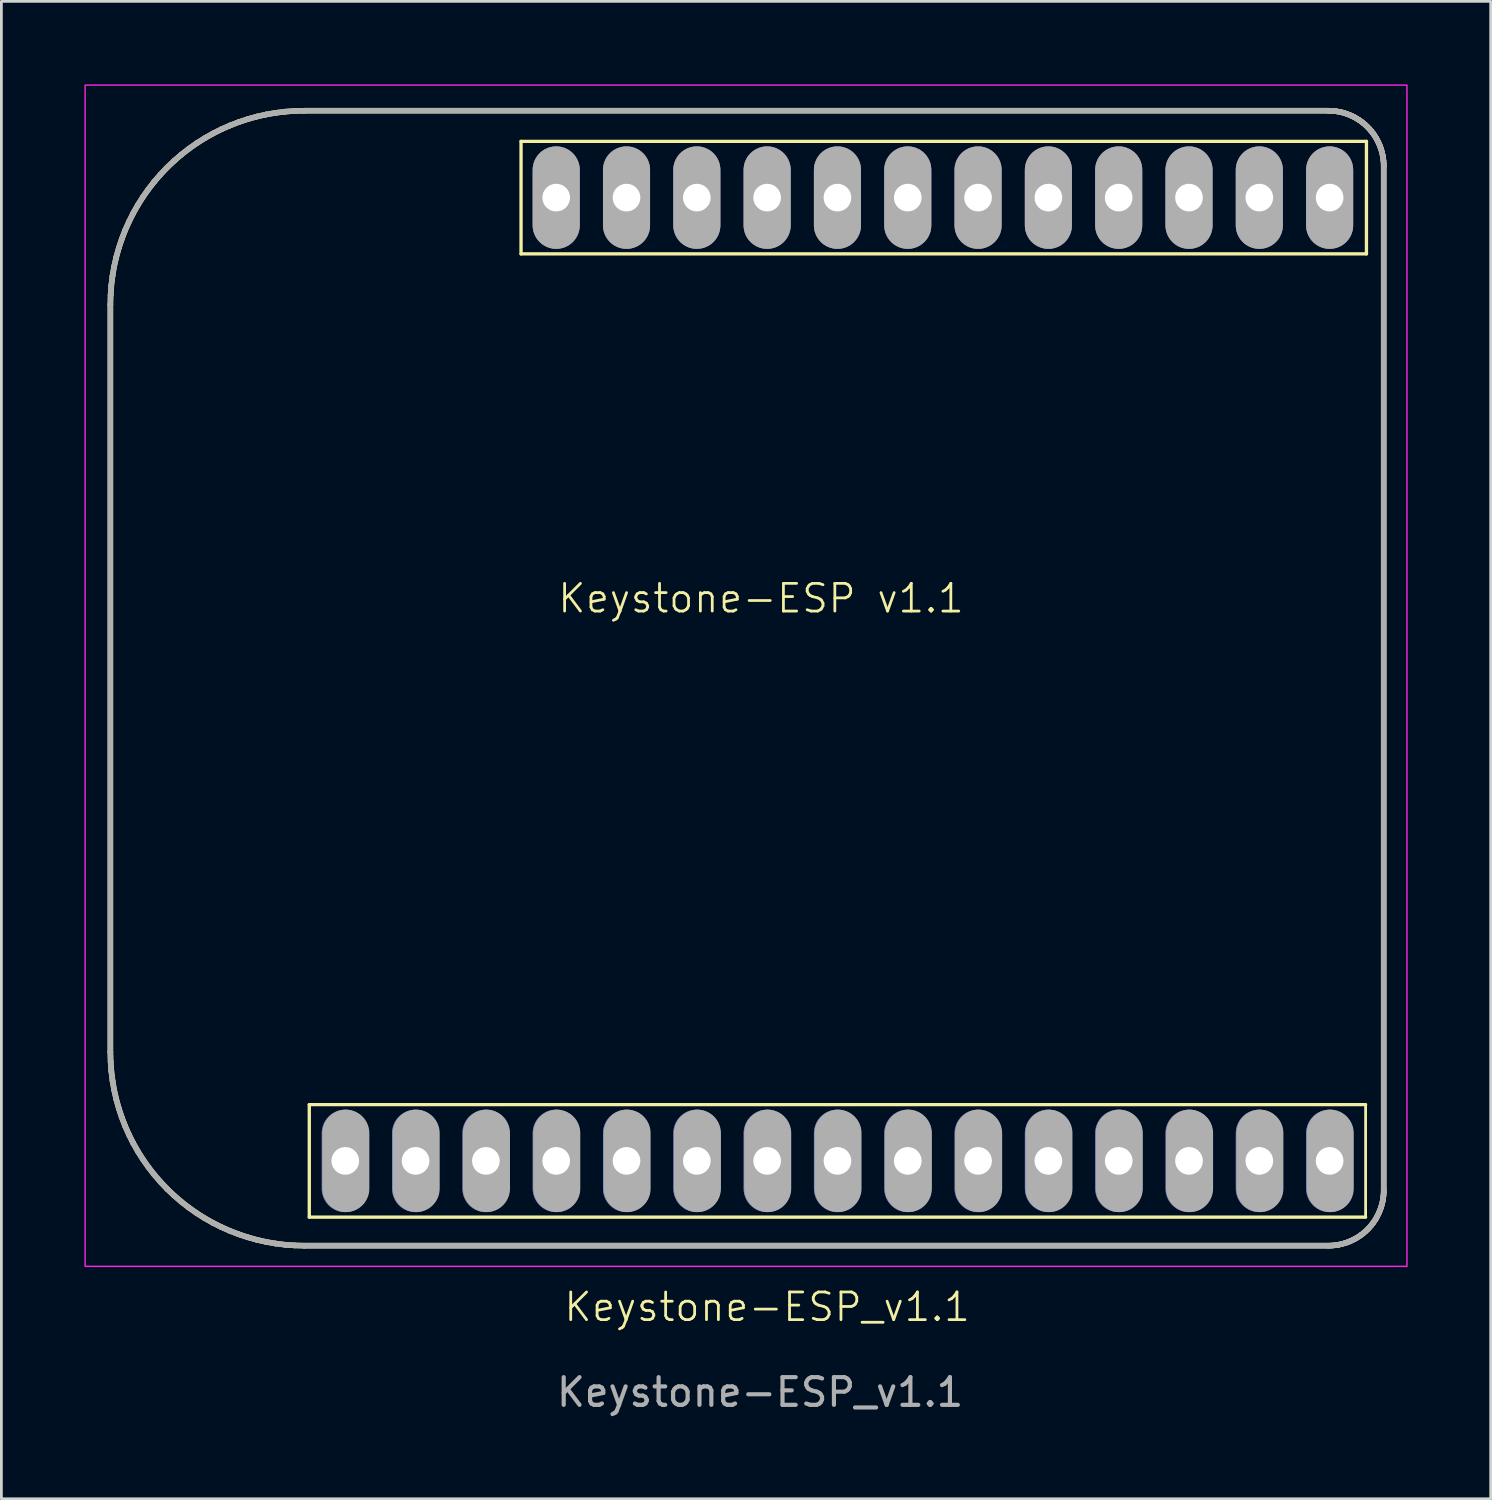
<source format=kicad_pcb>
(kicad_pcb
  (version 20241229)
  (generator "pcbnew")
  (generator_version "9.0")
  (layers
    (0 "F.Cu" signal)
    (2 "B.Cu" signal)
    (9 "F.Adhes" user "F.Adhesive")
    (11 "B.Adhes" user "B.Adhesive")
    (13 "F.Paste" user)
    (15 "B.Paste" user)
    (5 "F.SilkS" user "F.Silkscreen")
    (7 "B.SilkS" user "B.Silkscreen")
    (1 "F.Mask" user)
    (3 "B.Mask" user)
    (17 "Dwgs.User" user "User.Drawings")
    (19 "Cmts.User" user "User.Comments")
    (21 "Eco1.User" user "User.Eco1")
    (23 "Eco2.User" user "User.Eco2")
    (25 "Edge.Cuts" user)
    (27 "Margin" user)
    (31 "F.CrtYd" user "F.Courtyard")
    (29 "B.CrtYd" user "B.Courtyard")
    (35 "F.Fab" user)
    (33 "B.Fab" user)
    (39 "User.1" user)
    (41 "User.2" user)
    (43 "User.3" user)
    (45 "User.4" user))
  (footprint "Keystone-ESP_v1.1"
    (layer "F.Cu")
    (at 24.409 20.599)
    (property "Reference" "Keystone-ESP_v1.1" (at 0.254 23.566 0) (unlocked yes) (layer "F.SilkS") (effects (font (size 1 1) (thickness 0.1))))
    (attr smd)
    (fp_line (start -23.47 -12.649) (end -23.47 14.351) (stroke (width 0.2) (type solid) (color 194 194 0 1)) (layer "F.SilkS"))
    (fp_line (start -23.47 14.351) (end -23.461 14.698) (stroke (width 0.2) (type solid) (color 194 194 0 1)) (layer "F.SilkS"))
    (fp_line (start -23.461 -12.996) (end -23.47 -12.649) (stroke (width 0.2) (type solid) (color 194 194 0 1)) (layer "F.SilkS"))
    (fp_line (start -23.461 14.698) (end -23.435 15.043) (stroke (width 0.2) (type solid) (color 194 194 0 1)) (layer "F.SilkS"))
    (fp_line (start -23.435 -13.341) (end -23.461 -12.996) (stroke (width 0.2) (type solid) (color 194 194 0 1)) (layer "F.SilkS"))
    (fp_line (start -23.435 15.043) (end -23.393 15.384) (stroke (width 0.2) (type solid) (color 194 194 0 1)) (layer "F.SilkS"))
    (fp_line (start -23.393 -13.683) (end -23.435 -13.341) (stroke (width 0.2) (type solid) (color 194 194 0 1)) (layer "F.SilkS"))
    (fp_line (start -23.393 15.384) (end -23.334 15.723) (stroke (width 0.2) (type solid) (color 194 194 0 1)) (layer "F.SilkS"))
    (fp_line (start -23.334 -14.021) (end -23.393 -13.683) (stroke (width 0.2) (type solid) (color 194 194 0 1)) (layer "F.SilkS"))
    (fp_line (start -23.334 15.723) (end -23.258 16.057) (stroke (width 0.2) (type solid) (color 194 194 0 1)) (layer "F.SilkS"))
    (fp_line (start -23.258 -14.355) (end -23.334 -14.021) (stroke (width 0.2) (type solid) (color 194 194 0 1)) (layer "F.SilkS"))
    (fp_line (start -23.258 16.057) (end -23.167 16.387) (stroke (width 0.2) (type solid) (color 194 194 0 1)) (layer "F.SilkS"))
    (fp_line (start -23.167 -14.685) (end -23.258 -14.355) (stroke (width 0.2) (type solid) (color 194 194 0 1)) (layer "F.SilkS"))
    (fp_line (start -23.167 16.387) (end -23.06 16.711) (stroke (width 0.2) (type solid) (color 194 194 0 1)) (layer "F.SilkS"))
    (fp_line (start -23.06 -15.009) (end -23.167 -14.685) (stroke (width 0.2) (type solid) (color 194 194 0 1)) (layer "F.SilkS"))
    (fp_line (start -23.06 16.711) (end -22.937 17.03) (stroke (width 0.2) (type solid) (color 194 194 0 1)) (layer "F.SilkS"))
    (fp_line (start -22.937 -15.328) (end -23.06 -15.009) (stroke (width 0.2) (type solid) (color 194 194 0 1)) (layer "F.SilkS"))
    (fp_line (start -22.937 17.03) (end -22.798 17.342) (stroke (width 0.2) (type solid) (color 194 194 0 1)) (layer "F.SilkS"))
    (fp_line (start -22.798 -15.64) (end -22.937 -15.328) (stroke (width 0.2) (type solid) (color 194 194 0 1)) (layer "F.SilkS"))
    (fp_line (start -22.798 17.342) (end -22.645 17.647) (stroke (width 0.2) (type solid) (color 194 194 0 1)) (layer "F.SilkS"))
    (fp_line (start -22.645 -15.945) (end -22.798 -15.64) (stroke (width 0.2) (type solid) (color 194 194 0 1)) (layer "F.SilkS"))
    (fp_line (start -22.645 17.647) (end -22.477 17.945) (stroke (width 0.2) (type solid) (color 194 194 0 1)) (layer "F.SilkS"))
    (fp_line (start -22.477 -16.243) (end -22.645 -15.945) (stroke (width 0.2) (type solid) (color 194 194 0 1)) (layer "F.SilkS"))
    (fp_line (start -22.477 17.945) (end -22.294 18.234) (stroke (width 0.2) (type solid) (color 194 194 0 1)) (layer "F.SilkS"))
    (fp_line (start -22.294 -16.533) (end -22.477 -16.243) (stroke (width 0.2) (type solid) (color 194 194 0 1)) (layer "F.SilkS"))
    (fp_line (start -22.294 18.234) (end -22.096 18.515) (stroke (width 0.2) (type solid) (color 194 194 0 1)) (layer "F.SilkS"))
    (fp_line (start -22.096 -16.814) (end -22.294 -16.533) (stroke (width 0.2) (type solid) (color 194 194 0 1)) (layer "F.SilkS"))
    (fp_line (start -22.096 18.515) (end -21.884 18.787) (stroke (width 0.2) (type solid) (color 194 194 0 1)) (layer "F.SilkS"))
    (fp_line (start -21.884 -17.086) (end -22.096 -16.814) (stroke (width 0.2) (type solid) (color 194 194 0 1)) (layer "F.SilkS"))
    (fp_line (start -21.884 18.787) (end -21.659 19.049) (stroke (width 0.2) (type solid) (color 194 194 0 1)) (layer "F.SilkS"))
    (fp_line (start -21.659 -17.347) (end -21.884 -17.086) (stroke (width 0.2) (type solid) (color 194 194 0 1)) (layer "F.SilkS"))
    (fp_line (start -21.659 19.049) (end -21.419 19.301) (stroke (width 0.2) (type solid) (color 194 194 0 1)) (layer "F.SilkS"))
    (fp_line (start -21.419 -17.599) (end -21.659 -17.347) (stroke (width 0.2) (type solid) (color 194 194 0 1)) (layer "F.SilkS"))
    (fp_line (start -21.419 19.301) (end -21.168 19.54) (stroke (width 0.2) (type solid) (color 194 194 0 1)) (layer "F.SilkS"))
    (fp_line (start -21.168 -17.838) (end -21.419 -17.599) (stroke (width 0.2) (type solid) (color 194 194 0 1)) (layer "F.SilkS"))
    (fp_line (start -21.168 19.54) (end -20.906 19.766) (stroke (width 0.2) (type solid) (color 194 194 0 1)) (layer "F.SilkS"))
    (fp_line (start -20.906 -18.064) (end -21.168 -17.838) (stroke (width 0.2) (type solid) (color 194 194 0 1)) (layer "F.SilkS"))
    (fp_line (start -20.906 19.766) (end -20.634 19.977) (stroke (width 0.2) (type solid) (color 194 194 0 1)) (layer "F.SilkS"))
    (fp_line (start -20.634 -18.276) (end -20.906 -18.064) (stroke (width 0.2) (type solid) (color 194 194 0 1)) (layer "F.SilkS"))
    (fp_line (start -20.634 19.977) (end -20.353 20.175) (stroke (width 0.2) (type solid) (color 194 194 0 1)) (layer "F.SilkS"))
    (fp_line (start -20.353 -18.473) (end -20.634 -18.276) (stroke (width 0.2) (type solid) (color 194 194 0 1)) (layer "F.SilkS"))
    (fp_line (start -20.353 20.175) (end -20.064 20.358) (stroke (width 0.2) (type solid) (color 194 194 0 1)) (layer "F.SilkS"))
    (fp_line (start -20.064 -18.656) (end -20.353 -18.473) (stroke (width 0.2) (type solid) (color 194 194 0 1)) (layer "F.SilkS"))
    (fp_line (start -20.064 20.358) (end -19.766 20.526) (stroke (width 0.2) (type solid) (color 194 194 0 1)) (layer "F.SilkS"))
    (fp_line (start -19.766 -18.825) (end -20.064 -18.656) (stroke (width 0.2) (type solid) (color 194 194 0 1)) (layer "F.SilkS"))
    (fp_line (start -19.766 20.526) (end -19.461 20.68) (stroke (width 0.2) (type solid) (color 194 194 0 1)) (layer "F.SilkS"))
    (fp_line (start -19.461 -18.978) (end -19.766 -18.825) (stroke (width 0.2) (type solid) (color 194 194 0 1)) (layer "F.SilkS"))
    (fp_line (start -19.461 20.68) (end -19.148 20.818) (stroke (width 0.2) (type solid) (color 194 194 0 1)) (layer "F.SilkS"))
    (fp_line (start -19.148 -19.116) (end -19.461 -18.978) (stroke (width 0.2) (type solid) (color 194 194 0 1)) (layer "F.SilkS"))
    (fp_line (start -19.148 20.818) (end -18.83 20.941) (stroke (width 0.2) (type solid) (color 194 194 0 1)) (layer "F.SilkS"))
    (fp_line (start -18.83 -19.239) (end -19.148 -19.116) (stroke (width 0.2) (type solid) (color 194 194 0 1)) (layer "F.SilkS"))
    (fp_line (start -18.83 20.941) (end -18.505 21.048) (stroke (width 0.2) (type solid) (color 194 194 0 1)) (layer "F.SilkS"))
    (fp_line (start -18.505 -19.347) (end -18.83 -19.239) (stroke (width 0.2) (type solid) (color 194 194 0 1)) (layer "F.SilkS"))
    (fp_line (start -18.505 21.048) (end -18.176 21.14) (stroke (width 0.2) (type solid) (color 194 194 0 1)) (layer "F.SilkS"))
    (fp_line (start -18.176 -19.438) (end -18.505 -19.347) (stroke (width 0.2) (type solid) (color 194 194 0 1)) (layer "F.SilkS"))
    (fp_line (start -18.176 21.14) (end -17.842 21.215) (stroke (width 0.2) (type solid) (color 194 194 0 1)) (layer "F.SilkS"))
    (fp_line (start -17.842 -19.513) (end -18.176 -19.438) (stroke (width 0.2) (type solid) (color 194 194 0 1)) (layer "F.SilkS"))
    (fp_line (start -17.842 21.215) (end -17.503 21.274) (stroke (width 0.2) (type solid) (color 194 194 0 1)) (layer "F.SilkS"))
    (fp_line (start -17.503 -19.572) (end -17.842 -19.513) (stroke (width 0.2) (type solid) (color 194 194 0 1)) (layer "F.SilkS"))
    (fp_line (start -17.503 21.274) (end -17.161 21.317) (stroke (width 0.2) (type solid) (color 194 194 0 1)) (layer "F.SilkS"))
    (fp_line (start -17.161 -19.615) (end -17.503 -19.572) (stroke (width 0.2) (type solid) (color 194 194 0 1)) (layer "F.SilkS"))
    (fp_line (start -17.161 21.317) (end -16.817 21.342) (stroke (width 0.2) (type solid) (color 194 194 0 1)) (layer "F.SilkS"))
    (fp_line (start -16.817 -19.641) (end -17.161 -19.615) (stroke (width 0.2) (type solid) (color 194 194 0 1)) (layer "F.SilkS"))
    (fp_line (start -16.817 21.342) (end -16.47 21.351) (stroke (width 0.2) (type solid) (color 194 194 0 1)) (layer "F.SilkS"))
    (fp_line (start -16.47 -19.649) (end -16.817 -19.641) (stroke (width 0.2) (type solid) (color 194 194 0 1)) (layer "F.SilkS"))
    (fp_line (start -16.47 21.351) (end 20.53 21.351) (stroke (width 0.2) (type solid) (color 194 194 0 1)) (layer "F.SilkS"))
    (fp_line (start -16.286 16.256) (end -16.286 20.32) (stroke (width 0.12) (type solid)) (layer "F.SilkS"))
    (fp_line (start -8.636 -18.542) (end -8.636 -14.478) (stroke (width 0.12) (type solid)) (layer "F.SilkS"))
    (fp_line (start 20.53 -19.649) (end -16.47 -19.649) (stroke (width 0.2) (type solid) (color 194 194 0 1)) (layer "F.SilkS"))
    (fp_line (start 20.53 21.351) (end 20.63 21.348) (stroke (width 0.2) (type solid) (color 194 194 0 1)) (layer "F.SilkS"))
    (fp_line (start 20.63 -19.647) (end 20.53 -19.649) (stroke (width 0.2) (type solid) (color 194 194 0 1)) (layer "F.SilkS"))
    (fp_line (start 20.63 21.348) (end 20.728 21.341) (stroke (width 0.2) (type solid) (color 194 194 0 1)) (layer "F.SilkS"))
    (fp_line (start 20.728 -19.639) (end 20.63 -19.647) (stroke (width 0.2) (type solid) (color 194 194 0 1)) (layer "F.SilkS"))
    (fp_line (start 20.728 21.341) (end 20.826 21.329) (stroke (width 0.2) (type solid) (color 194 194 0 1)) (layer "F.SilkS"))
    (fp_line (start 20.826 -19.627) (end 20.728 -19.639) (stroke (width 0.2) (type solid) (color 194 194 0 1)) (layer "F.SilkS"))
    (fp_line (start 20.826 21.329) (end 20.922 21.312) (stroke (width 0.2) (type solid) (color 194 194 0 1)) (layer "F.SilkS"))
    (fp_line (start 20.922 -19.61) (end 20.826 -19.627) (stroke (width 0.2) (type solid) (color 194 194 0 1)) (layer "F.SilkS"))
    (fp_line (start 20.922 21.312) (end 21.018 21.29) (stroke (width 0.2) (type solid) (color 194 194 0 1)) (layer "F.SilkS"))
    (fp_line (start 21.018 -19.589) (end 20.922 -19.61) (stroke (width 0.2) (type solid) (color 194 194 0 1)) (layer "F.SilkS"))
    (fp_line (start 21.018 21.29) (end 21.112 21.264) (stroke (width 0.2) (type solid) (color 194 194 0 1)) (layer "F.SilkS"))
    (fp_line (start 21.112 -19.563) (end 21.018 -19.589) (stroke (width 0.2) (type solid) (color 194 194 0 1)) (layer "F.SilkS"))
    (fp_line (start 21.112 21.264) (end 21.205 21.234) (stroke (width 0.2) (type solid) (color 194 194 0 1)) (layer "F.SilkS"))
    (fp_line (start 21.205 -19.532) (end 21.112 -19.563) (stroke (width 0.2) (type solid) (color 194 194 0 1)) (layer "F.SilkS"))
    (fp_line (start 21.205 21.234) (end 21.296 21.199) (stroke (width 0.2) (type solid) (color 194 194 0 1)) (layer "F.SilkS"))
    (fp_line (start 21.296 -19.497) (end 21.205 -19.532) (stroke (width 0.2) (type solid) (color 194 194 0 1)) (layer "F.SilkS"))
    (fp_line (start 21.296 21.199) (end 21.385 21.159) (stroke (width 0.2) (type solid) (color 194 194 0 1)) (layer "F.SilkS"))
    (fp_line (start 21.385 -19.457) (end 21.296 -19.497) (stroke (width 0.2) (type solid) (color 194 194 0 1)) (layer "F.SilkS"))
    (fp_line (start 21.385 21.159) (end 21.472 21.115) (stroke (width 0.2) (type solid) (color 194 194 0 1)) (layer "F.SilkS"))
    (fp_line (start 21.472 -19.414) (end 21.385 -19.457) (stroke (width 0.2) (type solid) (color 194 194 0 1)) (layer "F.SilkS"))
    (fp_line (start 21.472 21.115) (end 21.557 21.067) (stroke (width 0.2) (type solid) (color 194 194 0 1)) (layer "F.SilkS"))
    (fp_line (start 21.557 -19.365) (end 21.472 -19.414) (stroke (width 0.2) (type solid) (color 194 194 0 1)) (layer "F.SilkS"))
    (fp_line (start 21.557 21.067) (end 21.64 21.015) (stroke (width 0.2) (type solid) (color 194 194 0 1)) (layer "F.SilkS"))
    (fp_line (start 21.64 -19.313) (end 21.557 -19.365) (stroke (width 0.2) (type solid) (color 194 194 0 1)) (layer "F.SilkS"))
    (fp_line (start 21.64 21.015) (end 21.72 20.958) (stroke (width 0.2) (type solid) (color 194 194 0 1)) (layer "F.SilkS"))
    (fp_line (start 21.72 -19.257) (end 21.64 -19.313) (stroke (width 0.2) (type solid) (color 194 194 0 1)) (layer "F.SilkS"))
    (fp_line (start 21.72 20.958) (end 21.798 20.898) (stroke (width 0.2) (type solid) (color 194 194 0 1)) (layer "F.SilkS"))
    (fp_line (start 21.798 -19.196) (end 21.72 -19.257) (stroke (width 0.2) (type solid) (color 194 194 0 1)) (layer "F.SilkS"))
    (fp_line (start 21.798 20.898) (end 21.873 20.833) (stroke (width 0.2) (type solid) (color 194 194 0 1)) (layer "F.SilkS"))
    (fp_line (start 21.873 -19.132) (end 21.798 -19.196) (stroke (width 0.2) (type solid) (color 194 194 0 1)) (layer "F.SilkS"))
    (fp_line (start 21.873 20.833) (end 21.945 20.765) (stroke (width 0.2) (type solid) (color 194 194 0 1)) (layer "F.SilkS"))
    (fp_line (start 21.874 16.256) (end -16.286 16.256) (stroke (width 0.12) (type solid)) (layer "F.SilkS"))
    (fp_line (start 21.874 16.256) (end 21.874 20.32) (stroke (width 0.1) (type default)) (layer "F.SilkS"))
    (fp_line (start 21.874 20.32) (end -16.286 20.32) (stroke (width 0.12) (type solid)) (layer "F.SilkS"))
    (fp_line (start 21.904 -18.542) (end -8.636 -18.542) (stroke (width 0.12) (type solid)) (layer "F.SilkS"))
    (fp_line (start 21.904 -18.542) (end 21.904 -14.478) (stroke (width 0.12) (type solid)) (layer "F.SilkS"))
    (fp_line (start 21.904 -14.478) (end -8.636 -14.478) (stroke (width 0.12) (type solid)) (layer "F.SilkS"))
    (fp_line (start 21.945 -19.063) (end 21.873 -19.132) (stroke (width 0.2) (type solid) (color 194 194 0 1)) (layer "F.SilkS"))
    (fp_line (start 21.945 20.765) (end 22.013 20.693) (stroke (width 0.2) (type solid) (color 194 194 0 1)) (layer "F.SilkS"))
    (fp_line (start 22.013 -18.992) (end 21.945 -19.063) (stroke (width 0.2) (type solid) (color 194 194 0 1)) (layer "F.SilkS"))
    (fp_line (start 22.013 20.693) (end 22.077 20.618) (stroke (width 0.2) (type solid) (color 194 194 0 1)) (layer "F.SilkS"))
    (fp_line (start 22.077 -18.917) (end 22.013 -18.992) (stroke (width 0.2) (type solid) (color 194 194 0 1)) (layer "F.SilkS"))
    (fp_line (start 22.077 20.618) (end 22.138 20.541) (stroke (width 0.2) (type solid) (color 194 194 0 1)) (layer "F.SilkS"))
    (fp_line (start 22.138 -18.839) (end 22.077 -18.917) (stroke (width 0.2) (type solid) (color 194 194 0 1)) (layer "F.SilkS"))
    (fp_line (start 22.138 20.541) (end 22.194 20.46) (stroke (width 0.2) (type solid) (color 194 194 0 1)) (layer "F.SilkS"))
    (fp_line (start 22.194 -18.759) (end 22.138 -18.839) (stroke (width 0.2) (type solid) (color 194 194 0 1)) (layer "F.SilkS"))
    (fp_line (start 22.194 20.46) (end 22.247 20.378) (stroke (width 0.2) (type solid) (color 194 194 0 1)) (layer "F.SilkS"))
    (fp_line (start 22.247 -18.676) (end 22.194 -18.759) (stroke (width 0.2) (type solid) (color 194 194 0 1)) (layer "F.SilkS"))
    (fp_line (start 22.247 20.378) (end 22.295 20.293) (stroke (width 0.2) (type solid) (color 194 194 0 1)) (layer "F.SilkS"))
    (fp_line (start 22.295 -18.591) (end 22.247 -18.676) (stroke (width 0.2) (type solid) (color 194 194 0 1)) (layer "F.SilkS"))
    (fp_line (start 22.295 20.293) (end 22.339 20.205) (stroke (width 0.2) (type solid) (color 194 194 0 1)) (layer "F.SilkS"))
    (fp_line (start 22.339 -18.504) (end 22.295 -18.591) (stroke (width 0.2) (type solid) (color 194 194 0 1)) (layer "F.SilkS"))
    (fp_line (start 22.339 20.205) (end 22.378 20.116) (stroke (width 0.2) (type solid) (color 194 194 0 1)) (layer "F.SilkS"))
    (fp_line (start 22.378 -18.415) (end 22.339 -18.504) (stroke (width 0.2) (type solid) (color 194 194 0 1)) (layer "F.SilkS"))
    (fp_line (start 22.378 20.116) (end 22.413 20.025) (stroke (width 0.2) (type solid) (color 194 194 0 1)) (layer "F.SilkS"))
    (fp_line (start 22.413 -18.324) (end 22.378 -18.415) (stroke (width 0.2) (type solid) (color 194 194 0 1)) (layer "F.SilkS"))
    (fp_line (start 22.413 20.025) (end 22.444 19.932) (stroke (width 0.2) (type solid) (color 194 194 0 1)) (layer "F.SilkS"))
    (fp_line (start 22.444 -18.231) (end 22.413 -18.324) (stroke (width 0.2) (type solid) (color 194 194 0 1)) (layer "F.SilkS"))
    (fp_line (start 22.444 19.932) (end 22.47 19.838) (stroke (width 0.2) (type solid) (color 194 194 0 1)) (layer "F.SilkS"))
    (fp_line (start 22.47 -18.137) (end 22.444 -18.231) (stroke (width 0.2) (type solid) (color 194 194 0 1)) (layer "F.SilkS"))
    (fp_line (start 22.47 19.838) (end 22.492 19.743) (stroke (width 0.2) (type solid) (color 194 194 0 1)) (layer "F.SilkS"))
    (fp_line (start 22.492 -18.041) (end 22.47 -18.137) (stroke (width 0.2) (type solid) (color 194 194 0 1)) (layer "F.SilkS"))
    (fp_line (start 22.492 19.743) (end 22.508 19.646) (stroke (width 0.2) (type solid) (color 194 194 0 1)) (layer "F.SilkS"))
    (fp_line (start 22.508 -17.945) (end 22.492 -18.041) (stroke (width 0.2) (type solid) (color 194 194 0 1)) (layer "F.SilkS"))
    (fp_line (start 22.508 19.646) (end 22.521 19.548) (stroke (width 0.2) (type solid) (color 194 194 0 1)) (layer "F.SilkS"))
    (fp_line (start 22.521 -17.847) (end 22.508 -17.945) (stroke (width 0.2) (type solid) (color 194 194 0 1)) (layer "F.SilkS"))
    (fp_line (start 22.521 19.548) (end 22.528 19.45) (stroke (width 0.2) (type solid) (color 194 194 0 1)) (layer "F.SilkS"))
    (fp_line (start 22.528 -17.748) (end 22.521 -17.847) (stroke (width 0.2) (type solid) (color 194 194 0 1)) (layer "F.SilkS"))
    (fp_line (start 22.528 19.45) (end 22.53 19.351) (stroke (width 0.2) (type solid) (color 194 194 0 1)) (layer "F.SilkS"))
    (fp_line (start 22.53 -17.649) (end 22.528 -17.748) (stroke (width 0.2) (type solid) (color 194 194 0 1)) (layer "F.SilkS"))
    (fp_line (start 22.53 19.351) (end 22.53 -17.649) (stroke (width 0.2) (type solid) (color 194 194 0 1)) (layer "F.SilkS"))
    (fp_rect (start -24.384 -20.574) (end 23.368 22.098) (stroke (width 0.05) (type default)) (fill no) (layer "F.CrtYd"))
    (fp_line (start -23.475 -12.649) (end -23.475 14.351) (stroke (width 0.2) (type solid) (color 194 194 0 1)) (layer "F.Fab"))
    (fp_line (start -23.475 14.351) (end -23.466 14.698) (stroke (width 0.2) (type solid) (color 194 194 0 1)) (layer "F.Fab"))
    (fp_line (start -23.466 -12.996) (end -23.475 -12.649) (stroke (width 0.2) (type solid) (color 194 194 0 1)) (layer "F.Fab"))
    (fp_line (start -23.466 14.698) (end -23.441 15.043) (stroke (width 0.2) (type solid) (color 194 194 0 1)) (layer "F.Fab"))
    (fp_line (start -23.441 -13.341) (end -23.466 -12.996) (stroke (width 0.2) (type solid) (color 194 194 0 1)) (layer "F.Fab"))
    (fp_line (start -23.441 15.043) (end -23.398 15.385) (stroke (width 0.2) (type solid) (color 194 194 0 1)) (layer "F.Fab"))
    (fp_line (start -23.398 -13.683) (end -23.441 -13.341) (stroke (width 0.2) (type solid) (color 194 194 0 1)) (layer "F.Fab"))
    (fp_line (start -23.398 15.385) (end -23.339 15.723) (stroke (width 0.2) (type solid) (color 194 194 0 1)) (layer "F.Fab"))
    (fp_line (start -23.339 -14.021) (end -23.398 -13.683) (stroke (width 0.2) (type solid) (color 194 194 0 1)) (layer "F.Fab"))
    (fp_line (start -23.339 15.723) (end -23.264 16.057) (stroke (width 0.2) (type solid) (color 194 194 0 1)) (layer "F.Fab"))
    (fp_line (start -23.264 -14.355) (end -23.339 -14.021) (stroke (width 0.2) (type solid) (color 194 194 0 1)) (layer "F.Fab"))
    (fp_line (start -23.264 16.057) (end -23.172 16.387) (stroke (width 0.2) (type solid) (color 194 194 0 1)) (layer "F.Fab"))
    (fp_line (start -23.172 -14.685) (end -23.264 -14.355) (stroke (width 0.2) (type solid) (color 194 194 0 1)) (layer "F.Fab"))
    (fp_line (start -23.172 16.387) (end -23.065 16.711) (stroke (width 0.2) (type solid) (color 194 194 0 1)) (layer "F.Fab"))
    (fp_line (start -23.065 -15.009) (end -23.172 -14.685) (stroke (width 0.2) (type solid) (color 194 194 0 1)) (layer "F.Fab"))
    (fp_line (start -23.065 16.711) (end -22.942 17.03) (stroke (width 0.2) (type solid) (color 194 194 0 1)) (layer "F.Fab"))
    (fp_line (start -22.942 -15.328) (end -23.065 -15.009) (stroke (width 0.2) (type solid) (color 194 194 0 1)) (layer "F.Fab"))
    (fp_line (start -22.942 17.03) (end -22.804 17.342) (stroke (width 0.2) (type solid) (color 194 194 0 1)) (layer "F.Fab"))
    (fp_line (start -22.804 -15.64) (end -22.942 -15.328) (stroke (width 0.2) (type solid) (color 194 194 0 1)) (layer "F.Fab"))
    (fp_line (start -22.804 17.342) (end -22.65 17.647) (stroke (width 0.2) (type solid) (color 194 194 0 1)) (layer "F.Fab"))
    (fp_line (start -22.65 -15.945) (end -22.804 -15.64) (stroke (width 0.2) (type solid) (color 194 194 0 1)) (layer "F.Fab"))
    (fp_line (start -22.65 17.647) (end -22.482 17.945) (stroke (width 0.2) (type solid) (color 194 194 0 1)) (layer "F.Fab"))
    (fp_line (start -22.482 -16.243) (end -22.65 -15.945) (stroke (width 0.2) (type solid) (color 194 194 0 1)) (layer "F.Fab"))
    (fp_line (start -22.482 17.945) (end -22.299 18.235) (stroke (width 0.2) (type solid) (color 194 194 0 1)) (layer "F.Fab"))
    (fp_line (start -22.299 -16.533) (end -22.482 -16.243) (stroke (width 0.2) (type solid) (color 194 194 0 1)) (layer "F.Fab"))
    (fp_line (start -22.299 18.235) (end -22.101 18.516) (stroke (width 0.2) (type solid) (color 194 194 0 1)) (layer "F.Fab"))
    (fp_line (start -22.101 -16.814) (end -22.299 -16.533) (stroke (width 0.2) (type solid) (color 194 194 0 1)) (layer "F.Fab"))
    (fp_line (start -22.101 18.516) (end -21.89 18.787) (stroke (width 0.2) (type solid) (color 194 194 0 1)) (layer "F.Fab"))
    (fp_line (start -21.89 -17.085) (end -22.101 -16.814) (stroke (width 0.2) (type solid) (color 194 194 0 1)) (layer "F.Fab"))
    (fp_line (start -21.89 18.787) (end -21.664 19.049) (stroke (width 0.2) (type solid) (color 194 194 0 1)) (layer "F.Fab"))
    (fp_line (start -21.664 -17.347) (end -21.89 -17.085) (stroke (width 0.2) (type solid) (color 194 194 0 1)) (layer "F.Fab"))
    (fp_line (start -21.664 19.049) (end -21.425 19.301) (stroke (width 0.2) (type solid) (color 194 194 0 1)) (layer "F.Fab"))
    (fp_line (start -21.425 -17.599) (end -21.664 -17.347) (stroke (width 0.2) (type solid) (color 194 194 0 1)) (layer "F.Fab"))
    (fp_line (start -21.425 19.301) (end -21.173 19.54) (stroke (width 0.2) (type solid) (color 194 194 0 1)) (layer "F.Fab"))
    (fp_line (start -21.173 -17.838) (end -21.425 -17.599) (stroke (width 0.2) (type solid) (color 194 194 0 1)) (layer "F.Fab"))
    (fp_line (start -21.173 19.54) (end -20.911 19.766) (stroke (width 0.2) (type solid) (color 194 194 0 1)) (layer "F.Fab"))
    (fp_line (start -20.911 -18.064) (end -21.173 -17.838) (stroke (width 0.2) (type solid) (color 194 194 0 1)) (layer "F.Fab"))
    (fp_line (start -20.911 19.766) (end -20.64 19.977) (stroke (width 0.2) (type solid) (color 194 194 0 1)) (layer "F.Fab"))
    (fp_line (start -20.64 -18.275) (end -20.911 -18.064) (stroke (width 0.2) (type solid) (color 194 194 0 1)) (layer "F.Fab"))
    (fp_line (start -20.64 19.977) (end -20.359 20.175) (stroke (width 0.2) (type solid) (color 194 194 0 1)) (layer "F.Fab"))
    (fp_line (start -20.359 -18.473) (end -20.64 -18.275) (stroke (width 0.2) (type solid) (color 194 194 0 1)) (layer "F.Fab"))
    (fp_line (start -20.359 20.175) (end -20.069 20.358) (stroke (width 0.2) (type solid) (color 194 194 0 1)) (layer "F.Fab"))
    (fp_line (start -20.069 -18.656) (end -20.359 -18.473) (stroke (width 0.2) (type solid) (color 194 194 0 1)) (layer "F.Fab"))
    (fp_line (start -20.069 20.358) (end -19.771 20.526) (stroke (width 0.2) (type solid) (color 194 194 0 1)) (layer "F.Fab"))
    (fp_line (start -19.771 -18.824) (end -20.069 -18.656) (stroke (width 0.2) (type solid) (color 194 194 0 1)) (layer "F.Fab"))
    (fp_line (start -19.771 20.526) (end -19.466 20.68) (stroke (width 0.2) (type solid) (color 194 194 0 1)) (layer "F.Fab"))
    (fp_line (start -19.466 -18.978) (end -19.771 -18.824) (stroke (width 0.2) (type solid) (color 194 194 0 1)) (layer "F.Fab"))
    (fp_line (start -19.466 20.68) (end -19.154 20.818) (stroke (width 0.2) (type solid) (color 194 194 0 1)) (layer "F.Fab"))
    (fp_line (start -19.154 -19.116) (end -19.466 -18.978) (stroke (width 0.2) (type solid) (color 194 194 0 1)) (layer "F.Fab"))
    (fp_line (start -19.154 20.818) (end -18.835 20.941) (stroke (width 0.2) (type solid) (color 194 194 0 1)) (layer "F.Fab"))
    (fp_line (start -18.835 -19.239) (end -19.154 -19.116) (stroke (width 0.2) (type solid) (color 194 194 0 1)) (layer "F.Fab"))
    (fp_line (start -18.835 20.941) (end -18.511 21.048) (stroke (width 0.2) (type solid) (color 194 194 0 1)) (layer "F.Fab"))
    (fp_line (start -18.511 -19.346) (end -18.835 -19.239) (stroke (width 0.2) (type solid) (color 194 194 0 1)) (layer "F.Fab"))
    (fp_line (start -18.511 21.048) (end -18.181 21.14) (stroke (width 0.2) (type solid) (color 194 194 0 1)) (layer "F.Fab"))
    (fp_line (start -18.181 -19.438) (end -18.511 -19.346) (stroke (width 0.2) (type solid) (color 194 194 0 1)) (layer "F.Fab"))
    (fp_line (start -18.181 21.14) (end -17.847 21.215) (stroke (width 0.2) (type solid) (color 194 194 0 1)) (layer "F.Fab"))
    (fp_line (start -17.847 -19.513) (end -18.181 -19.438) (stroke (width 0.2) (type solid) (color 194 194 0 1)) (layer "F.Fab"))
    (fp_line (start -17.847 21.215) (end -17.509 21.274) (stroke (width 0.2) (type solid) (color 194 194 0 1)) (layer "F.Fab"))
    (fp_line (start -17.509 -19.572) (end -17.847 -19.513) (stroke (width 0.2) (type solid) (color 194 194 0 1)) (layer "F.Fab"))
    (fp_line (start -17.509 21.274) (end -17.167 21.317) (stroke (width 0.2) (type solid) (color 194 194 0 1)) (layer "F.Fab"))
    (fp_line (start -17.167 -19.615) (end -17.509 -19.572) (stroke (width 0.2) (type solid) (color 194 194 0 1)) (layer "F.Fab"))
    (fp_line (start -17.167 21.317) (end -16.822 21.342) (stroke (width 0.2) (type solid) (color 194 194 0 1)) (layer "F.Fab"))
    (fp_line (start -16.822 -19.64) (end -17.167 -19.615) (stroke (width 0.2) (type solid) (color 194 194 0 1)) (layer "F.Fab"))
    (fp_line (start -16.822 21.342) (end -16.475 21.351) (stroke (width 0.2) (type solid) (color 194 194 0 1)) (layer "F.Fab"))
    (fp_line (start -16.475 -19.649) (end -16.822 -19.64) (stroke (width 0.2) (type solid) (color 194 194 0 1)) (layer "F.Fab"))
    (fp_line (start -16.475 21.351) (end 20.525 21.351) (stroke (width 0.2) (type solid) (color 194 194 0 1)) (layer "F.Fab"))
    (fp_line (start -14.966 17.288) (end -14.966 19.288) (stroke (width 1.7) (type solid) (color 132 0 0 1)) (layer "F.Fab"))
    (fp_line (start -12.426 17.288) (end -12.426 19.288) (stroke (width 1.7) (type solid) (color 132 0 0 1)) (layer "F.Fab"))
    (fp_line (start -9.886 17.288) (end -9.886 19.288) (stroke (width 1.7) (type solid) (color 132 0 0 1)) (layer "F.Fab"))
    (fp_line (start -7.366 -17.51) (end -7.366 -15.51) (stroke (width 1.7) (type solid) (color 132 0 0 1)) (layer "F.Fab"))
    (fp_line (start -7.346 17.288) (end -7.346 19.288) (stroke (width 1.7) (type solid) (color 132 0 0 1)) (layer "F.Fab"))
    (fp_line (start -4.826 -17.51) (end -4.826 -15.51) (stroke (width 1.7) (type solid) (color 132 0 0 1)) (layer "F.Fab"))
    (fp_line (start -4.806 17.288) (end -4.806 19.288) (stroke (width 1.7) (type solid) (color 132 0 0 1)) (layer "F.Fab"))
    (fp_line (start -2.286 -17.51) (end -2.286 -15.51) (stroke (width 1.7) (type solid) (color 132 0 0 1)) (layer "F.Fab"))
    (fp_line (start -2.266 17.288) (end -2.266 19.288) (stroke (width 1.7) (type solid) (color 132 0 0 1)) (layer "F.Fab"))
    (fp_line (start 0.254 -17.51) (end 0.254 -15.51) (stroke (width 1.7) (type solid) (color 132 0 0 1)) (layer "F.Fab"))
    (fp_line (start 0.274 17.288) (end 0.274 19.288) (stroke (width 1.7) (type solid) (color 132 0 0 1)) (layer "F.Fab"))
    (fp_line (start 2.794 -17.51) (end 2.794 -15.51) (stroke (width 1.7) (type solid) (color 132 0 0 1)) (layer "F.Fab"))
    (fp_line (start 2.814 17.288) (end 2.814 19.288) (stroke (width 1.7) (type solid) (color 132 0 0 1)) (layer "F.Fab"))
    (fp_line (start 5.334 -17.51) (end 5.334 -15.51) (stroke (width 1.7) (type solid) (color 132 0 0 1)) (layer "F.Fab"))
    (fp_line (start 5.354 17.288) (end 5.354 19.288) (stroke (width 1.7) (type solid) (color 132 0 0 1)) (layer "F.Fab"))
    (fp_line (start 7.874 -17.51) (end 7.874 -15.51) (stroke (width 1.7) (type solid) (color 132 0 0 1)) (layer "F.Fab"))
    (fp_line (start 7.894 17.288) (end 7.894 19.288) (stroke (width 1.7) (type solid) (color 132 0 0 1)) (layer "F.Fab"))
    (fp_line (start 10.414 -17.51) (end 10.414 -15.51) (stroke (width 1.7) (type solid) (color 132 0 0 1)) (layer "F.Fab"))
    (fp_line (start 10.434 17.288) (end 10.434 19.288) (stroke (width 1.7) (type solid) (color 132 0 0 1)) (layer "F.Fab"))
    (fp_line (start 12.954 -17.51) (end 12.954 -15.51) (stroke (width 1.7) (type solid) (color 132 0 0 1)) (layer "F.Fab"))
    (fp_line (start 12.974 17.288) (end 12.974 19.288) (stroke (width 1.7) (type solid) (color 132 0 0 1)) (layer "F.Fab"))
    (fp_line (start 15.494 -17.51) (end 15.494 -15.51) (stroke (width 1.7) (type solid) (color 132 0 0 1)) (layer "F.Fab"))
    (fp_line (start 15.514 17.288) (end 15.514 19.288) (stroke (width 1.7) (type solid) (color 132 0 0 1)) (layer "F.Fab"))
    (fp_line (start 18.034 -17.51) (end 18.034 -15.51) (stroke (width 1.7) (type solid) (color 132 0 0 1)) (layer "F.Fab"))
    (fp_line (start 18.054 17.288) (end 18.054 19.288) (stroke (width 1.7) (type solid) (color 132 0 0 1)) (layer "F.Fab"))
    (fp_line (start 20.525 -19.649) (end -16.475 -19.649) (stroke (width 0.2) (type solid) (color 194 194 0 1)) (layer "F.Fab"))
    (fp_line (start 20.525 21.351) (end 20.624 21.349) (stroke (width 0.2) (type solid) (color 194 194 0 1)) (layer "F.Fab"))
    (fp_line (start 20.574 -17.51) (end 20.574 -15.51) (stroke (width 1.7) (type solid) (color 132 0 0 1)) (layer "F.Fab"))
    (fp_line (start 20.594 17.288) (end 20.594 19.288) (stroke (width 1.7) (type solid) (color 132 0 0 1)) (layer "F.Fab"))
    (fp_line (start 20.624 -19.647) (end 20.525 -19.649) (stroke (width 0.2) (type solid) (color 194 194 0 1)) (layer "F.Fab"))
    (fp_line (start 20.624 21.349) (end 20.723 21.341) (stroke (width 0.2) (type solid) (color 194 194 0 1)) (layer "F.Fab"))
    (fp_line (start 20.723 -19.639) (end 20.624 -19.647) (stroke (width 0.2) (type solid) (color 194 194 0 1)) (layer "F.Fab"))
    (fp_line (start 20.723 21.341) (end 20.82 21.329) (stroke (width 0.2) (type solid) (color 194 194 0 1)) (layer "F.Fab"))
    (fp_line (start 20.82 -19.627) (end 20.723 -19.639) (stroke (width 0.2) (type solid) (color 194 194 0 1)) (layer "F.Fab"))
    (fp_line (start 20.82 21.329) (end 20.917 21.312) (stroke (width 0.2) (type solid) (color 194 194 0 1)) (layer "F.Fab"))
    (fp_line (start 20.917 -19.61) (end 20.82 -19.627) (stroke (width 0.2) (type solid) (color 194 194 0 1)) (layer "F.Fab"))
    (fp_line (start 20.917 21.312) (end 21.013 21.291) (stroke (width 0.2) (type solid) (color 194 194 0 1)) (layer "F.Fab"))
    (fp_line (start 21.013 -19.589) (end 20.917 -19.61) (stroke (width 0.2) (type solid) (color 194 194 0 1)) (layer "F.Fab"))
    (fp_line (start 21.013 21.291) (end 21.107 21.265) (stroke (width 0.2) (type solid) (color 194 194 0 1)) (layer "F.Fab"))
    (fp_line (start 21.107 -19.563) (end 21.013 -19.589) (stroke (width 0.2) (type solid) (color 194 194 0 1)) (layer "F.Fab"))
    (fp_line (start 21.107 21.265) (end 21.199 21.234) (stroke (width 0.2) (type solid) (color 194 194 0 1)) (layer "F.Fab"))
    (fp_line (start 21.199 -19.532) (end 21.107 -19.563) (stroke (width 0.2) (type solid) (color 194 194 0 1)) (layer "F.Fab"))
    (fp_line (start 21.199 21.234) (end 21.29 21.199) (stroke (width 0.2) (type solid) (color 194 194 0 1)) (layer "F.Fab"))
    (fp_line (start 21.29 -19.497) (end 21.199 -19.532) (stroke (width 0.2) (type solid) (color 194 194 0 1)) (layer "F.Fab"))
    (fp_line (start 21.29 21.199) (end 21.38 21.159) (stroke (width 0.2) (type solid) (color 194 194 0 1)) (layer "F.Fab"))
    (fp_line (start 21.38 -19.457) (end 21.29 -19.497) (stroke (width 0.2) (type solid) (color 194 194 0 1)) (layer "F.Fab"))
    (fp_line (start 21.38 21.159) (end 21.467 21.115) (stroke (width 0.2) (type solid) (color 194 194 0 1)) (layer "F.Fab"))
    (fp_line (start 21.467 -19.413) (end 21.38 -19.457) (stroke (width 0.2) (type solid) (color 194 194 0 1)) (layer "F.Fab"))
    (fp_line (start 21.467 21.115) (end 21.552 21.067) (stroke (width 0.2) (type solid) (color 194 194 0 1)) (layer "F.Fab"))
    (fp_line (start 21.552 -19.365) (end 21.467 -19.413) (stroke (width 0.2) (type solid) (color 194 194 0 1)) (layer "F.Fab"))
    (fp_line (start 21.552 21.067) (end 21.635 21.015) (stroke (width 0.2) (type solid) (color 194 194 0 1)) (layer "F.Fab"))
    (fp_line (start 21.635 -19.313) (end 21.552 -19.365) (stroke (width 0.2) (type solid) (color 194 194 0 1)) (layer "F.Fab"))
    (fp_line (start 21.635 21.015) (end 21.715 20.959) (stroke (width 0.2) (type solid) (color 194 194 0 1)) (layer "F.Fab"))
    (fp_line (start 21.715 -19.257) (end 21.635 -19.313) (stroke (width 0.2) (type solid) (color 194 194 0 1)) (layer "F.Fab"))
    (fp_line (start 21.715 20.959) (end 21.793 20.898) (stroke (width 0.2) (type solid) (color 194 194 0 1)) (layer "F.Fab"))
    (fp_line (start 21.793 -19.196) (end 21.715 -19.257) (stroke (width 0.2) (type solid) (color 194 194 0 1)) (layer "F.Fab"))
    (fp_line (start 21.793 20.898) (end 21.867 20.834) (stroke (width 0.2) (type solid) (color 194 194 0 1)) (layer "F.Fab"))
    (fp_line (start 21.867 -19.132) (end 21.793 -19.196) (stroke (width 0.2) (type solid) (color 194 194 0 1)) (layer "F.Fab"))
    (fp_line (start 21.867 20.834) (end 21.939 20.765) (stroke (width 0.2) (type solid) (color 194 194 0 1)) (layer "F.Fab"))
    (fp_line (start 21.939 -19.063) (end 21.867 -19.132) (stroke (width 0.2) (type solid) (color 194 194 0 1)) (layer "F.Fab"))
    (fp_line (start 21.939 20.765) (end 22.008 20.693) (stroke (width 0.2) (type solid) (color 194 194 0 1)) (layer "F.Fab"))
    (fp_line (start 22.008 -18.991) (end 21.939 -19.063) (stroke (width 0.2) (type solid) (color 194 194 0 1)) (layer "F.Fab"))
    (fp_line (start 22.008 20.693) (end 22.072 20.619) (stroke (width 0.2) (type solid) (color 194 194 0 1)) (layer "F.Fab"))
    (fp_line (start 22.072 -18.917) (end 22.008 -18.991) (stroke (width 0.2) (type solid) (color 194 194 0 1)) (layer "F.Fab"))
    (fp_line (start 22.072 20.619) (end 22.133 20.541) (stroke (width 0.2) (type solid) (color 194 194 0 1)) (layer "F.Fab"))
    (fp_line (start 22.133 -18.839) (end 22.072 -18.917) (stroke (width 0.2) (type solid) (color 194 194 0 1)) (layer "F.Fab"))
    (fp_line (start 22.133 20.541) (end 22.189 20.461) (stroke (width 0.2) (type solid) (color 194 194 0 1)) (layer "F.Fab"))
    (fp_line (start 22.189 -18.759) (end 22.133 -18.839) (stroke (width 0.2) (type solid) (color 194 194 0 1)) (layer "F.Fab"))
    (fp_line (start 22.189 20.461) (end 22.241 20.378) (stroke (width 0.2) (type solid) (color 194 194 0 1)) (layer "F.Fab"))
    (fp_line (start 22.241 -18.676) (end 22.189 -18.759) (stroke (width 0.2) (type solid) (color 194 194 0 1)) (layer "F.Fab"))
    (fp_line (start 22.241 20.378) (end 22.289 20.293) (stroke (width 0.2) (type solid) (color 194 194 0 1)) (layer "F.Fab"))
    (fp_line (start 22.289 -18.591) (end 22.241 -18.676) (stroke (width 0.2) (type solid) (color 194 194 0 1)) (layer "F.Fab"))
    (fp_line (start 22.289 20.293) (end 22.333 20.206) (stroke (width 0.2) (type solid) (color 194 194 0 1)) (layer "F.Fab"))
    (fp_line (start 22.333 -18.504) (end 22.289 -18.591) (stroke (width 0.2) (type solid) (color 194 194 0 1)) (layer "F.Fab"))
    (fp_line (start 22.333 20.206) (end 22.373 20.116) (stroke (width 0.2) (type solid) (color 194 194 0 1)) (layer "F.Fab"))
    (fp_line (start 22.373 -18.414) (end 22.333 -18.504) (stroke (width 0.2) (type solid) (color 194 194 0 1)) (layer "F.Fab"))
    (fp_line (start 22.373 20.116) (end 22.408 20.025) (stroke (width 0.2) (type solid) (color 194 194 0 1)) (layer "F.Fab"))
    (fp_line (start 22.408 -18.323) (end 22.373 -18.414) (stroke (width 0.2) (type solid) (color 194 194 0 1)) (layer "F.Fab"))
    (fp_line (start 22.408 20.025) (end 22.439 19.933) (stroke (width 0.2) (type solid) (color 194 194 0 1)) (layer "F.Fab"))
    (fp_line (start 22.439 -18.231) (end 22.408 -18.323) (stroke (width 0.2) (type solid) (color 194 194 0 1)) (layer "F.Fab"))
    (fp_line (start 22.439 19.933) (end 22.465 19.838) (stroke (width 0.2) (type solid) (color 194 194 0 1)) (layer "F.Fab"))
    (fp_line (start 22.465 -18.137) (end 22.439 -18.231) (stroke (width 0.2) (type solid) (color 194 194 0 1)) (layer "F.Fab"))
    (fp_line (start 22.465 19.838) (end 22.486 19.743) (stroke (width 0.2) (type solid) (color 194 194 0 1)) (layer "F.Fab"))
    (fp_line (start 22.486 -18.041) (end 22.465 -18.137) (stroke (width 0.2) (type solid) (color 194 194 0 1)) (layer "F.Fab"))
    (fp_line (start 22.486 19.743) (end 22.503 19.646) (stroke (width 0.2) (type solid) (color 194 194 0 1)) (layer "F.Fab"))
    (fp_line (start 22.503 -17.944) (end 22.486 -18.041) (stroke (width 0.2) (type solid) (color 194 194 0 1)) (layer "F.Fab"))
    (fp_line (start 22.503 19.646) (end 22.515 19.549) (stroke (width 0.2) (type solid) (color 194 194 0 1)) (layer "F.Fab"))
    (fp_line (start 22.515 -17.847) (end 22.503 -17.944) (stroke (width 0.2) (type solid) (color 194 194 0 1)) (layer "F.Fab"))
    (fp_line (start 22.515 19.549) (end 22.523 19.45) (stroke (width 0.2) (type solid) (color 194 194 0 1)) (layer "F.Fab"))
    (fp_line (start 22.523 -17.748) (end 22.515 -17.847) (stroke (width 0.2) (type solid) (color 194 194 0 1)) (layer "F.Fab"))
    (fp_line (start 22.523 19.45) (end 22.525 19.351) (stroke (width 0.2) (type solid) (color 194 194 0 1)) (layer "F.Fab"))
    (fp_line (start 22.525 -17.649) (end 22.523 -17.748) (stroke (width 0.2) (type solid) (color 194 194 0 1)) (layer "F.Fab"))
    (fp_line (start 22.525 19.351) (end 22.525 -17.649) (stroke (width 0.2) (type solid) (color 194 194 0 1)) (layer "F.Fab"))
    (fp_poly (pts (xy -14.94 17.789) (xy -14.915 17.791) (xy -14.89 17.794) (xy -14.865 17.798) (xy -14.841 17.804) (xy -14.817 17.81) (xy -14.794 17.818) (xy -14.771 17.827) (xy -14.749 17.837) (xy -14.728 17.848) (xy -14.707 17.86) (xy -14.686 17.873) (xy -14.667 17.887) (xy -14.648 17.902) (xy -14.63 17.918) (xy -14.612 17.934) (xy -14.596 17.952) (xy -14.58 17.97) (xy -14.565 17.989) (xy -14.551 18.008) (xy -14.538 18.029) (xy -14.526 18.05) (xy -14.515 18.071) (xy -14.505 18.093) (xy -14.496 18.116) (xy -14.488 18.139) (xy -14.482 18.163) (xy -14.476 18.187) (xy -14.472 18.212) (xy -14.469 18.237) (xy -14.467 18.262) (xy -14.466 18.288) (xy -14.467 18.314) (xy -14.469 18.339) (xy -14.472 18.364) (xy -14.476 18.389) (xy -14.482 18.413) (xy -14.488 18.437) (xy -14.496 18.46) (xy -14.505 18.483) (xy -14.515 18.505) (xy -14.526 18.526) (xy -14.538 18.547) (xy -14.551 18.568) (xy -14.565 18.587) (xy -14.58 18.606) (xy -14.596 18.624) (xy -14.612 18.642) (xy -14.63 18.658) (xy -14.648 18.674) (xy -14.667 18.689) (xy -14.686 18.703) (xy -14.707 18.716) (xy -14.728 18.728) (xy -14.749 18.739) (xy -14.771 18.749) (xy -14.794 18.758) (xy -14.817 18.766) (xy -14.841 18.772) (xy -14.865 18.778) (xy -14.89 18.782) (xy -14.915 18.785) (xy -14.94 18.787) (xy -14.966 18.788) (xy -14.992 18.787) (xy -15.017 18.785) (xy -15.042 18.782) (xy -15.067 18.778) (xy -15.091 18.772) (xy -15.115 18.766) (xy -15.138 18.758) (xy -15.161 18.749) (xy -15.183 18.739) (xy -15.204 18.728) (xy -15.225 18.716) (xy -15.246 18.703) (xy -15.265 18.689) (xy -15.284 18.674) (xy -15.302 18.658) (xy -15.32 18.642) (xy -15.336 18.624) (xy -15.352 18.606) (xy -15.367 18.587) (xy -15.381 18.568) (xy -15.394 18.547) (xy -15.406 18.526) (xy -15.417 18.505) (xy -15.427 18.483) (xy -15.436 18.46) (xy -15.444 18.437) (xy -15.45 18.413) (xy -15.456 18.389) (xy -15.46 18.364) (xy -15.463 18.339) (xy -15.465 18.314) (xy -15.466 18.288) (xy -15.465 18.262) (xy -15.463 18.237) (xy -15.46 18.212) (xy -15.456 18.187) (xy -15.45 18.163) (xy -15.444 18.139) (xy -15.436 18.116) (xy -15.427 18.093) (xy -15.417 18.071) (xy -15.406 18.05) (xy -15.394 18.029) (xy -15.381 18.008) (xy -15.367 17.989) (xy -15.352 17.97) (xy -15.336 17.952) (xy -15.32 17.934) (xy -15.302 17.918) (xy -15.284 17.902) (xy -15.265 17.887) (xy -15.246 17.873) (xy -15.225 17.86) (xy -15.204 17.848) (xy -15.183 17.837) (xy -15.161 17.827) (xy -15.138 17.818) (xy -15.115 17.81) (xy -15.091 17.804) (xy -15.067 17.798) (xy -15.042 17.794) (xy -15.017 17.791) (xy -14.992 17.789) (xy -14.966 17.788)) (stroke (width 0.1) (type solid)) (fill no) (layer "F.Fab"))
    (fp_poly (pts (xy -12.4 17.789) (xy -12.375 17.791) (xy -12.35 17.794) (xy -12.325 17.798) (xy -12.301 17.804) (xy -12.277 17.81) (xy -12.254 17.818) (xy -12.231 17.827) (xy -12.209 17.837) (xy -12.188 17.848) (xy -12.167 17.86) (xy -12.146 17.873) (xy -12.127 17.887) (xy -12.108 17.902) (xy -12.09 17.918) (xy -12.072 17.934) (xy -12.056 17.952) (xy -12.04 17.97) (xy -12.025 17.989) (xy -12.011 18.008) (xy -11.998 18.029) (xy -11.986 18.05) (xy -11.975 18.071) (xy -11.965 18.093) (xy -11.956 18.116) (xy -11.948 18.139) (xy -11.942 18.163) (xy -11.936 18.187) (xy -11.932 18.212) (xy -11.929 18.237) (xy -11.927 18.262) (xy -11.926 18.288) (xy -11.927 18.314) (xy -11.929 18.339) (xy -11.932 18.364) (xy -11.936 18.389) (xy -11.942 18.413) (xy -11.948 18.437) (xy -11.956 18.46) (xy -11.965 18.483) (xy -11.975 18.505) (xy -11.986 18.526) (xy -11.998 18.547) (xy -12.011 18.568) (xy -12.025 18.587) (xy -12.04 18.606) (xy -12.056 18.624) (xy -12.072 18.642) (xy -12.09 18.658) (xy -12.108 18.674) (xy -12.127 18.689) (xy -12.146 18.703) (xy -12.167 18.716) (xy -12.188 18.728) (xy -12.209 18.739) (xy -12.231 18.749) (xy -12.254 18.758) (xy -12.277 18.766) (xy -12.301 18.772) (xy -12.325 18.778) (xy -12.35 18.782) (xy -12.375 18.785) (xy -12.4 18.787) (xy -12.426 18.788) (xy -12.452 18.787) (xy -12.477 18.785) (xy -12.502 18.782) (xy -12.527 18.778) (xy -12.551 18.772) (xy -12.575 18.766) (xy -12.598 18.758) (xy -12.621 18.749) (xy -12.643 18.739) (xy -12.664 18.728) (xy -12.685 18.716) (xy -12.706 18.703) (xy -12.725 18.689) (xy -12.744 18.674) (xy -12.762 18.658) (xy -12.78 18.642) (xy -12.796 18.624) (xy -12.812 18.606) (xy -12.827 18.587) (xy -12.841 18.568) (xy -12.854 18.547) (xy -12.866 18.526) (xy -12.877 18.505) (xy -12.887 18.483) (xy -12.896 18.46) (xy -12.904 18.437) (xy -12.91 18.413) (xy -12.916 18.389) (xy -12.92 18.364) (xy -12.923 18.339) (xy -12.925 18.314) (xy -12.926 18.288) (xy -12.925 18.262) (xy -12.923 18.237) (xy -12.92 18.212) (xy -12.916 18.187) (xy -12.91 18.163) (xy -12.904 18.139) (xy -12.896 18.116) (xy -12.887 18.093) (xy -12.877 18.071) (xy -12.866 18.05) (xy -12.854 18.029) (xy -12.841 18.008) (xy -12.827 17.989) (xy -12.812 17.97) (xy -12.796 17.952) (xy -12.78 17.934) (xy -12.762 17.918) (xy -12.744 17.902) (xy -12.725 17.887) (xy -12.706 17.873) (xy -12.685 17.86) (xy -12.664 17.848) (xy -12.643 17.837) (xy -12.621 17.827) (xy -12.598 17.818) (xy -12.575 17.81) (xy -12.551 17.804) (xy -12.527 17.798) (xy -12.502 17.794) (xy -12.477 17.791) (xy -12.452 17.789) (xy -12.426 17.788)) (stroke (width 0.1) (type solid)) (fill no) (layer "F.Fab"))
    (fp_poly (pts (xy -9.86 17.789) (xy -9.835 17.791) (xy -9.81 17.794) (xy -9.785 17.798) (xy -9.761 17.804) (xy -9.737 17.81) (xy -9.714 17.818) (xy -9.691 17.827) (xy -9.669 17.837) (xy -9.648 17.848) (xy -9.627 17.86) (xy -9.606 17.873) (xy -9.587 17.887) (xy -9.568 17.902) (xy -9.55 17.918) (xy -9.532 17.934) (xy -9.516 17.952) (xy -9.5 17.97) (xy -9.485 17.989) (xy -9.471 18.008) (xy -9.458 18.029) (xy -9.446 18.05) (xy -9.435 18.071) (xy -9.425 18.093) (xy -9.416 18.116) (xy -9.408 18.139) (xy -9.402 18.163) (xy -9.396 18.187) (xy -9.392 18.212) (xy -9.389 18.237) (xy -9.387 18.262) (xy -9.386 18.288) (xy -9.387 18.314) (xy -9.389 18.339) (xy -9.392 18.364) (xy -9.396 18.389) (xy -9.402 18.413) (xy -9.408 18.437) (xy -9.416 18.46) (xy -9.425 18.483) (xy -9.435 18.505) (xy -9.446 18.526) (xy -9.458 18.547) (xy -9.471 18.568) (xy -9.485 18.587) (xy -9.5 18.606) (xy -9.516 18.624) (xy -9.532 18.642) (xy -9.55 18.658) (xy -9.568 18.674) (xy -9.587 18.689) (xy -9.606 18.703) (xy -9.627 18.716) (xy -9.648 18.728) (xy -9.669 18.739) (xy -9.691 18.749) (xy -9.714 18.758) (xy -9.737 18.766) (xy -9.761 18.772) (xy -9.785 18.778) (xy -9.81 18.782) (xy -9.835 18.785) (xy -9.86 18.787) (xy -9.886 18.788) (xy -9.912 18.787) (xy -9.937 18.785) (xy -9.962 18.782) (xy -9.987 18.778) (xy -10.011 18.772) (xy -10.035 18.766) (xy -10.058 18.758) (xy -10.081 18.749) (xy -10.103 18.739) (xy -10.124 18.728) (xy -10.145 18.716) (xy -10.166 18.703) (xy -10.185 18.689) (xy -10.204 18.674) (xy -10.222 18.658) (xy -10.24 18.642) (xy -10.256 18.624) (xy -10.272 18.606) (xy -10.287 18.587) (xy -10.301 18.568) (xy -10.314 18.547) (xy -10.326 18.526) (xy -10.337 18.505) (xy -10.347 18.483) (xy -10.356 18.46) (xy -10.364 18.437) (xy -10.37 18.413) (xy -10.376 18.389) (xy -10.38 18.364) (xy -10.383 18.339) (xy -10.385 18.314) (xy -10.386 18.288) (xy -10.385 18.262) (xy -10.383 18.237) (xy -10.38 18.212) (xy -10.376 18.187) (xy -10.37 18.163) (xy -10.364 18.139) (xy -10.356 18.116) (xy -10.347 18.093) (xy -10.337 18.071) (xy -10.326 18.05) (xy -10.314 18.029) (xy -10.301 18.008) (xy -10.287 17.989) (xy -10.272 17.97) (xy -10.256 17.952) (xy -10.24 17.934) (xy -10.222 17.918) (xy -10.204 17.902) (xy -10.185 17.887) (xy -10.166 17.873) (xy -10.145 17.86) (xy -10.124 17.848) (xy -10.103 17.837) (xy -10.081 17.827) (xy -10.058 17.818) (xy -10.035 17.81) (xy -10.011 17.804) (xy -9.987 17.798) (xy -9.962 17.794) (xy -9.937 17.791) (xy -9.912 17.789) (xy -9.886 17.788)) (stroke (width 0.1) (type solid)) (fill no) (layer "F.Fab"))
    (fp_poly (pts (xy -7.34 -17.009) (xy -7.315 -17.007) (xy -7.29 -17.004) (xy -7.265 -17) (xy -7.241 -16.994) (xy -7.217 -16.988) (xy -7.194 -16.98) (xy -7.171 -16.971) (xy -7.149 -16.961) (xy -7.128 -16.95) (xy -7.107 -16.938) (xy -7.086 -16.925) (xy -7.067 -16.911) (xy -7.048 -16.896) (xy -7.03 -16.88) (xy -7.012 -16.864) (xy -6.996 -16.846) (xy -6.98 -16.828) (xy -6.965 -16.809) (xy -6.951 -16.79) (xy -6.938 -16.769) (xy -6.926 -16.748) (xy -6.915 -16.727) (xy -6.905 -16.705) (xy -6.896 -16.682) (xy -6.888 -16.659) (xy -6.882 -16.635) (xy -6.876 -16.611) (xy -6.872 -16.586) (xy -6.869 -16.561) (xy -6.867 -16.536) (xy -6.866 -16.51) (xy -6.867 -16.484) (xy -6.869 -16.459) (xy -6.872 -16.434) (xy -6.876 -16.409) (xy -6.882 -16.385) (xy -6.888 -16.361) (xy -6.896 -16.338) (xy -6.905 -16.315) (xy -6.915 -16.293) (xy -6.926 -16.272) (xy -6.938 -16.251) (xy -6.951 -16.23) (xy -6.965 -16.211) (xy -6.98 -16.192) (xy -6.996 -16.174) (xy -7.012 -16.156) (xy -7.03 -16.14) (xy -7.048 -16.124) (xy -7.067 -16.109) (xy -7.086 -16.095) (xy -7.107 -16.082) (xy -7.128 -16.07) (xy -7.149 -16.059) (xy -7.171 -16.049) (xy -7.194 -16.04) (xy -7.217 -16.032) (xy -7.241 -16.026) (xy -7.265 -16.02) (xy -7.29 -16.016) (xy -7.315 -16.013) (xy -7.34 -16.011) (xy -7.366 -16.01) (xy -7.392 -16.011) (xy -7.417 -16.013) (xy -7.442 -16.016) (xy -7.467 -16.02) (xy -7.491 -16.026) (xy -7.515 -16.032) (xy -7.538 -16.04) (xy -7.561 -16.049) (xy -7.583 -16.059) (xy -7.604 -16.07) (xy -7.625 -16.082) (xy -7.646 -16.095) (xy -7.665 -16.109) (xy -7.684 -16.124) (xy -7.702 -16.14) (xy -7.72 -16.156) (xy -7.736 -16.174) (xy -7.752 -16.192) (xy -7.767 -16.211) (xy -7.781 -16.23) (xy -7.794 -16.251) (xy -7.806 -16.272) (xy -7.817 -16.293) (xy -7.827 -16.315) (xy -7.836 -16.338) (xy -7.844 -16.361) (xy -7.85 -16.385) (xy -7.856 -16.409) (xy -7.86 -16.434) (xy -7.863 -16.459) (xy -7.865 -16.484) (xy -7.866 -16.51) (xy -7.865 -16.536) (xy -7.863 -16.561) (xy -7.86 -16.586) (xy -7.856 -16.611) (xy -7.85 -16.635) (xy -7.844 -16.659) (xy -7.836 -16.682) (xy -7.827 -16.705) (xy -7.817 -16.727) (xy -7.806 -16.748) (xy -7.794 -16.769) (xy -7.781 -16.79) (xy -7.767 -16.809) (xy -7.752 -16.828) (xy -7.736 -16.846) (xy -7.72 -16.864) (xy -7.702 -16.88) (xy -7.684 -16.896) (xy -7.665 -16.911) (xy -7.646 -16.925) (xy -7.625 -16.938) (xy -7.604 -16.95) (xy -7.583 -16.961) (xy -7.561 -16.971) (xy -7.538 -16.98) (xy -7.515 -16.988) (xy -7.491 -16.994) (xy -7.467 -17) (xy -7.442 -17.004) (xy -7.417 -17.007) (xy -7.392 -17.009) (xy -7.366 -17.01)) (stroke (width 0.1) (type solid)) (fill no) (layer "F.Fab"))
    (fp_poly (pts (xy -7.32 17.789) (xy -7.295 17.791) (xy -7.27 17.794) (xy -7.245 17.798) (xy -7.221 17.804) (xy -7.197 17.81) (xy -7.174 17.818) (xy -7.151 17.827) (xy -7.129 17.837) (xy -7.108 17.848) (xy -7.087 17.86) (xy -7.066 17.873) (xy -7.047 17.887) (xy -7.028 17.902) (xy -7.01 17.918) (xy -6.992 17.934) (xy -6.976 17.952) (xy -6.96 17.97) (xy -6.945 17.989) (xy -6.931 18.008) (xy -6.918 18.029) (xy -6.906 18.05) (xy -6.895 18.071) (xy -6.885 18.093) (xy -6.876 18.116) (xy -6.868 18.139) (xy -6.862 18.163) (xy -6.856 18.187) (xy -6.852 18.212) (xy -6.849 18.237) (xy -6.847 18.262) (xy -6.846 18.288) (xy -6.847 18.314) (xy -6.849 18.339) (xy -6.852 18.364) (xy -6.856 18.389) (xy -6.862 18.413) (xy -6.868 18.437) (xy -6.876 18.46) (xy -6.885 18.483) (xy -6.895 18.505) (xy -6.906 18.526) (xy -6.918 18.547) (xy -6.931 18.568) (xy -6.945 18.587) (xy -6.96 18.606) (xy -6.976 18.624) (xy -6.992 18.642) (xy -7.01 18.658) (xy -7.028 18.674) (xy -7.047 18.689) (xy -7.066 18.703) (xy -7.087 18.716) (xy -7.108 18.728) (xy -7.129 18.739) (xy -7.151 18.749) (xy -7.174 18.758) (xy -7.197 18.766) (xy -7.221 18.772) (xy -7.245 18.778) (xy -7.27 18.782) (xy -7.295 18.785) (xy -7.32 18.787) (xy -7.346 18.788) (xy -7.372 18.787) (xy -7.397 18.785) (xy -7.422 18.782) (xy -7.447 18.778) (xy -7.471 18.772) (xy -7.495 18.766) (xy -7.518 18.758) (xy -7.541 18.749) (xy -7.563 18.739) (xy -7.584 18.728) (xy -7.605 18.716) (xy -7.626 18.703) (xy -7.645 18.689) (xy -7.664 18.674) (xy -7.682 18.658) (xy -7.7 18.642) (xy -7.716 18.624) (xy -7.732 18.606) (xy -7.747 18.587) (xy -7.761 18.568) (xy -7.774 18.547) (xy -7.786 18.526) (xy -7.797 18.505) (xy -7.807 18.483) (xy -7.816 18.46) (xy -7.824 18.437) (xy -7.83 18.413) (xy -7.836 18.389) (xy -7.84 18.364) (xy -7.843 18.339) (xy -7.845 18.314) (xy -7.846 18.288) (xy -7.845 18.262) (xy -7.843 18.237) (xy -7.84 18.212) (xy -7.836 18.187) (xy -7.83 18.163) (xy -7.824 18.139) (xy -7.816 18.116) (xy -7.807 18.093) (xy -7.797 18.071) (xy -7.786 18.05) (xy -7.774 18.029) (xy -7.761 18.008) (xy -7.747 17.989) (xy -7.732 17.97) (xy -7.716 17.952) (xy -7.7 17.934) (xy -7.682 17.918) (xy -7.664 17.902) (xy -7.645 17.887) (xy -7.626 17.873) (xy -7.605 17.86) (xy -7.584 17.848) (xy -7.563 17.837) (xy -7.541 17.827) (xy -7.518 17.818) (xy -7.495 17.81) (xy -7.471 17.804) (xy -7.447 17.798) (xy -7.422 17.794) (xy -7.397 17.791) (xy -7.372 17.789) (xy -7.346 17.788)) (stroke (width 0.1) (type solid)) (fill no) (layer "F.Fab"))
    (fp_poly (pts (xy -4.8 -17.009) (xy -4.775 -17.007) (xy -4.75 -17.004) (xy -4.725 -17) (xy -4.701 -16.994) (xy -4.677 -16.988) (xy -4.654 -16.98) (xy -4.631 -16.971) (xy -4.609 -16.961) (xy -4.588 -16.95) (xy -4.567 -16.938) (xy -4.546 -16.925) (xy -4.527 -16.911) (xy -4.508 -16.896) (xy -4.49 -16.88) (xy -4.472 -16.864) (xy -4.456 -16.846) (xy -4.44 -16.828) (xy -4.425 -16.809) (xy -4.411 -16.79) (xy -4.398 -16.769) (xy -4.386 -16.748) (xy -4.375 -16.727) (xy -4.365 -16.705) (xy -4.356 -16.682) (xy -4.348 -16.659) (xy -4.342 -16.635) (xy -4.336 -16.611) (xy -4.332 -16.586) (xy -4.329 -16.561) (xy -4.327 -16.536) (xy -4.326 -16.51) (xy -4.327 -16.484) (xy -4.329 -16.459) (xy -4.332 -16.434) (xy -4.336 -16.409) (xy -4.342 -16.385) (xy -4.348 -16.361) (xy -4.356 -16.338) (xy -4.365 -16.315) (xy -4.375 -16.293) (xy -4.386 -16.272) (xy -4.398 -16.251) (xy -4.411 -16.23) (xy -4.425 -16.211) (xy -4.44 -16.192) (xy -4.456 -16.174) (xy -4.472 -16.156) (xy -4.49 -16.14) (xy -4.508 -16.124) (xy -4.527 -16.109) (xy -4.546 -16.095) (xy -4.567 -16.082) (xy -4.588 -16.07) (xy -4.609 -16.059) (xy -4.631 -16.049) (xy -4.654 -16.04) (xy -4.677 -16.032) (xy -4.701 -16.026) (xy -4.725 -16.02) (xy -4.75 -16.016) (xy -4.775 -16.013) (xy -4.8 -16.011) (xy -4.826 -16.01) (xy -4.852 -16.011) (xy -4.877 -16.013) (xy -4.902 -16.016) (xy -4.927 -16.02) (xy -4.951 -16.026) (xy -4.975 -16.032) (xy -4.998 -16.04) (xy -5.021 -16.049) (xy -5.043 -16.059) (xy -5.064 -16.07) (xy -5.085 -16.082) (xy -5.106 -16.095) (xy -5.125 -16.109) (xy -5.144 -16.124) (xy -5.162 -16.14) (xy -5.18 -16.156) (xy -5.196 -16.174) (xy -5.212 -16.192) (xy -5.227 -16.211) (xy -5.241 -16.23) (xy -5.254 -16.251) (xy -5.266 -16.272) (xy -5.277 -16.293) (xy -5.287 -16.315) (xy -5.296 -16.338) (xy -5.304 -16.361) (xy -5.31 -16.385) (xy -5.316 -16.409) (xy -5.32 -16.434) (xy -5.323 -16.459) (xy -5.325 -16.484) (xy -5.326 -16.51) (xy -5.325 -16.536) (xy -5.323 -16.561) (xy -5.32 -16.586) (xy -5.316 -16.611) (xy -5.31 -16.635) (xy -5.304 -16.659) (xy -5.296 -16.682) (xy -5.287 -16.705) (xy -5.277 -16.727) (xy -5.266 -16.748) (xy -5.254 -16.769) (xy -5.241 -16.79) (xy -5.227 -16.809) (xy -5.212 -16.828) (xy -5.196 -16.846) (xy -5.18 -16.864) (xy -5.162 -16.88) (xy -5.144 -16.896) (xy -5.125 -16.911) (xy -5.106 -16.925) (xy -5.085 -16.938) (xy -5.064 -16.95) (xy -5.043 -16.961) (xy -5.021 -16.971) (xy -4.998 -16.98) (xy -4.975 -16.988) (xy -4.951 -16.994) (xy -4.927 -17) (xy -4.902 -17.004) (xy -4.877 -17.007) (xy -4.852 -17.009) (xy -4.826 -17.01)) (stroke (width 0.1) (type solid)) (fill no) (layer "F.Fab"))
    (fp_poly (pts (xy -4.78 17.789) (xy -4.755 17.791) (xy -4.73 17.794) (xy -4.705 17.798) (xy -4.681 17.804) (xy -4.657 17.81) (xy -4.634 17.818) (xy -4.611 17.827) (xy -4.589 17.837) (xy -4.568 17.848) (xy -4.547 17.86) (xy -4.526 17.873) (xy -4.507 17.887) (xy -4.488 17.902) (xy -4.47 17.918) (xy -4.452 17.934) (xy -4.436 17.952) (xy -4.42 17.97) (xy -4.405 17.989) (xy -4.391 18.008) (xy -4.378 18.029) (xy -4.366 18.05) (xy -4.355 18.071) (xy -4.345 18.093) (xy -4.336 18.116) (xy -4.328 18.139) (xy -4.322 18.163) (xy -4.316 18.187) (xy -4.312 18.212) (xy -4.309 18.237) (xy -4.307 18.262) (xy -4.306 18.288) (xy -4.307 18.314) (xy -4.309 18.339) (xy -4.312 18.364) (xy -4.316 18.389) (xy -4.322 18.413) (xy -4.328 18.437) (xy -4.336 18.46) (xy -4.345 18.483) (xy -4.355 18.505) (xy -4.366 18.526) (xy -4.378 18.547) (xy -4.391 18.568) (xy -4.405 18.587) (xy -4.42 18.606) (xy -4.436 18.624) (xy -4.452 18.642) (xy -4.47 18.658) (xy -4.488 18.674) (xy -4.507 18.689) (xy -4.526 18.703) (xy -4.547 18.716) (xy -4.568 18.728) (xy -4.589 18.739) (xy -4.611 18.749) (xy -4.634 18.758) (xy -4.657 18.766) (xy -4.681 18.772) (xy -4.705 18.778) (xy -4.73 18.782) (xy -4.755 18.785) (xy -4.78 18.787) (xy -4.806 18.788) (xy -4.832 18.787) (xy -4.857 18.785) (xy -4.882 18.782) (xy -4.907 18.778) (xy -4.931 18.772) (xy -4.955 18.766) (xy -4.978 18.758) (xy -5.001 18.749) (xy -5.023 18.739) (xy -5.044 18.728) (xy -5.065 18.716) (xy -5.086 18.703) (xy -5.105 18.689) (xy -5.124 18.674) (xy -5.142 18.658) (xy -5.16 18.642) (xy -5.176 18.624) (xy -5.192 18.606) (xy -5.207 18.587) (xy -5.221 18.568) (xy -5.234 18.547) (xy -5.246 18.526) (xy -5.257 18.505) (xy -5.267 18.483) (xy -5.276 18.46) (xy -5.284 18.437) (xy -5.29 18.413) (xy -5.296 18.389) (xy -5.3 18.364) (xy -5.303 18.339) (xy -5.305 18.314) (xy -5.306 18.288) (xy -5.305 18.262) (xy -5.303 18.237) (xy -5.3 18.212) (xy -5.296 18.187) (xy -5.29 18.163) (xy -5.284 18.139) (xy -5.276 18.116) (xy -5.267 18.093) (xy -5.257 18.071) (xy -5.246 18.05) (xy -5.234 18.029) (xy -5.221 18.008) (xy -5.207 17.989) (xy -5.192 17.97) (xy -5.176 17.952) (xy -5.16 17.934) (xy -5.142 17.918) (xy -5.124 17.902) (xy -5.105 17.887) (xy -5.086 17.873) (xy -5.065 17.86) (xy -5.044 17.848) (xy -5.023 17.837) (xy -5.001 17.827) (xy -4.978 17.818) (xy -4.955 17.81) (xy -4.931 17.804) (xy -4.907 17.798) (xy -4.882 17.794) (xy -4.857 17.791) (xy -4.832 17.789) (xy -4.806 17.788)) (stroke (width 0.1) (type solid)) (fill no) (layer "F.Fab"))
    (fp_poly (pts (xy -2.26 -17.009) (xy -2.235 -17.007) (xy -2.21 -17.004) (xy -2.185 -17) (xy -2.161 -16.994) (xy -2.137 -16.988) (xy -2.114 -16.98) (xy -2.091 -16.971) (xy -2.069 -16.961) (xy -2.048 -16.95) (xy -2.027 -16.938) (xy -2.006 -16.925) (xy -1.987 -16.911) (xy -1.968 -16.896) (xy -1.95 -16.88) (xy -1.932 -16.864) (xy -1.916 -16.846) (xy -1.9 -16.828) (xy -1.885 -16.809) (xy -1.871 -16.79) (xy -1.858 -16.769) (xy -1.846 -16.748) (xy -1.835 -16.727) (xy -1.825 -16.705) (xy -1.816 -16.682) (xy -1.808 -16.659) (xy -1.802 -16.635) (xy -1.796 -16.611) (xy -1.792 -16.586) (xy -1.789 -16.561) (xy -1.787 -16.536) (xy -1.786 -16.51) (xy -1.787 -16.484) (xy -1.789 -16.459) (xy -1.792 -16.434) (xy -1.796 -16.409) (xy -1.802 -16.385) (xy -1.808 -16.361) (xy -1.816 -16.338) (xy -1.825 -16.315) (xy -1.835 -16.293) (xy -1.846 -16.272) (xy -1.858 -16.251) (xy -1.871 -16.23) (xy -1.885 -16.211) (xy -1.9 -16.192) (xy -1.916 -16.174) (xy -1.932 -16.156) (xy -1.95 -16.14) (xy -1.968 -16.124) (xy -1.987 -16.109) (xy -2.006 -16.095) (xy -2.027 -16.082) (xy -2.048 -16.07) (xy -2.069 -16.059) (xy -2.091 -16.049) (xy -2.114 -16.04) (xy -2.137 -16.032) (xy -2.161 -16.026) (xy -2.185 -16.02) (xy -2.21 -16.016) (xy -2.235 -16.013) (xy -2.26 -16.011) (xy -2.286 -16.01) (xy -2.312 -16.011) (xy -2.337 -16.013) (xy -2.362 -16.016) (xy -2.387 -16.02) (xy -2.411 -16.026) (xy -2.435 -16.032) (xy -2.458 -16.04) (xy -2.481 -16.049) (xy -2.503 -16.059) (xy -2.524 -16.07) (xy -2.545 -16.082) (xy -2.566 -16.095) (xy -2.585 -16.109) (xy -2.604 -16.124) (xy -2.622 -16.14) (xy -2.64 -16.156) (xy -2.656 -16.174) (xy -2.672 -16.192) (xy -2.687 -16.211) (xy -2.701 -16.23) (xy -2.714 -16.251) (xy -2.726 -16.272) (xy -2.737 -16.293) (xy -2.747 -16.315) (xy -2.756 -16.338) (xy -2.764 -16.361) (xy -2.77 -16.385) (xy -2.776 -16.409) (xy -2.78 -16.434) (xy -2.783 -16.459) (xy -2.785 -16.484) (xy -2.786 -16.51) (xy -2.785 -16.536) (xy -2.783 -16.561) (xy -2.78 -16.586) (xy -2.776 -16.611) (xy -2.77 -16.635) (xy -2.764 -16.659) (xy -2.756 -16.682) (xy -2.747 -16.705) (xy -2.737 -16.727) (xy -2.726 -16.748) (xy -2.714 -16.769) (xy -2.701 -16.79) (xy -2.687 -16.809) (xy -2.672 -16.828) (xy -2.656 -16.846) (xy -2.64 -16.864) (xy -2.622 -16.88) (xy -2.604 -16.896) (xy -2.585 -16.911) (xy -2.566 -16.925) (xy -2.545 -16.938) (xy -2.524 -16.95) (xy -2.503 -16.961) (xy -2.481 -16.971) (xy -2.458 -16.98) (xy -2.435 -16.988) (xy -2.411 -16.994) (xy -2.387 -17) (xy -2.362 -17.004) (xy -2.337 -17.007) (xy -2.312 -17.009) (xy -2.286 -17.01)) (stroke (width 0.1) (type solid)) (fill no) (layer "F.Fab"))
    (fp_poly (pts (xy -2.24 17.789) (xy -2.215 17.791) (xy -2.19 17.794) (xy -2.165 17.798) (xy -2.141 17.804) (xy -2.117 17.81) (xy -2.094 17.818) (xy -2.071 17.827) (xy -2.049 17.837) (xy -2.028 17.848) (xy -2.007 17.86) (xy -1.986 17.873) (xy -1.967 17.887) (xy -1.948 17.902) (xy -1.93 17.918) (xy -1.912 17.934) (xy -1.896 17.952) (xy -1.88 17.97) (xy -1.865 17.989) (xy -1.851 18.008) (xy -1.838 18.029) (xy -1.826 18.05) (xy -1.815 18.071) (xy -1.805 18.093) (xy -1.796 18.116) (xy -1.788 18.139) (xy -1.782 18.163) (xy -1.776 18.187) (xy -1.772 18.212) (xy -1.769 18.237) (xy -1.767 18.262) (xy -1.766 18.288) (xy -1.767 18.314) (xy -1.769 18.339) (xy -1.772 18.364) (xy -1.776 18.389) (xy -1.782 18.413) (xy -1.788 18.437) (xy -1.796 18.46) (xy -1.805 18.483) (xy -1.815 18.505) (xy -1.826 18.526) (xy -1.838 18.547) (xy -1.851 18.568) (xy -1.865 18.587) (xy -1.88 18.606) (xy -1.896 18.624) (xy -1.912 18.642) (xy -1.93 18.658) (xy -1.948 18.674) (xy -1.967 18.689) (xy -1.986 18.703) (xy -2.007 18.716) (xy -2.028 18.728) (xy -2.049 18.739) (xy -2.071 18.749) (xy -2.094 18.758) (xy -2.117 18.766) (xy -2.141 18.772) (xy -2.165 18.778) (xy -2.19 18.782) (xy -2.215 18.785) (xy -2.24 18.787) (xy -2.266 18.788) (xy -2.292 18.787) (xy -2.317 18.785) (xy -2.342 18.782) (xy -2.367 18.778) (xy -2.391 18.772) (xy -2.415 18.766) (xy -2.438 18.758) (xy -2.461 18.749) (xy -2.483 18.739) (xy -2.504 18.728) (xy -2.525 18.716) (xy -2.546 18.703) (xy -2.565 18.689) (xy -2.584 18.674) (xy -2.602 18.658) (xy -2.62 18.642) (xy -2.636 18.624) (xy -2.652 18.606) (xy -2.667 18.587) (xy -2.681 18.568) (xy -2.694 18.547) (xy -2.706 18.526) (xy -2.717 18.505) (xy -2.727 18.483) (xy -2.736 18.46) (xy -2.744 18.437) (xy -2.75 18.413) (xy -2.756 18.389) (xy -2.76 18.364) (xy -2.763 18.339) (xy -2.765 18.314) (xy -2.766 18.288) (xy -2.765 18.262) (xy -2.763 18.237) (xy -2.76 18.212) (xy -2.756 18.187) (xy -2.75 18.163) (xy -2.744 18.139) (xy -2.736 18.116) (xy -2.727 18.093) (xy -2.717 18.071) (xy -2.706 18.05) (xy -2.694 18.029) (xy -2.681 18.008) (xy -2.667 17.989) (xy -2.652 17.97) (xy -2.636 17.952) (xy -2.62 17.934) (xy -2.602 17.918) (xy -2.584 17.902) (xy -2.565 17.887) (xy -2.546 17.873) (xy -2.525 17.86) (xy -2.504 17.848) (xy -2.483 17.837) (xy -2.461 17.827) (xy -2.438 17.818) (xy -2.415 17.81) (xy -2.391 17.804) (xy -2.367 17.798) (xy -2.342 17.794) (xy -2.317 17.791) (xy -2.292 17.789) (xy -2.266 17.788)) (stroke (width 0.1) (type solid)) (fill no) (layer "F.Fab"))
    (fp_poly (pts (xy 0.28 -17.009) (xy 0.305 -17.007) (xy 0.33 -17.004) (xy 0.355 -17) (xy 0.379 -16.994) (xy 0.403 -16.988) (xy 0.426 -16.98) (xy 0.449 -16.971) (xy 0.471 -16.961) (xy 0.492 -16.95) (xy 0.513 -16.938) (xy 0.534 -16.925) (xy 0.553 -16.911) (xy 0.572 -16.896) (xy 0.59 -16.88) (xy 0.608 -16.864) (xy 0.624 -16.846) (xy 0.64 -16.828) (xy 0.655 -16.809) (xy 0.669 -16.79) (xy 0.682 -16.769) (xy 0.694 -16.748) (xy 0.705 -16.727) (xy 0.715 -16.705) (xy 0.724 -16.682) (xy 0.732 -16.659) (xy 0.738 -16.635) (xy 0.744 -16.611) (xy 0.748 -16.586) (xy 0.751 -16.561) (xy 0.753 -16.536) (xy 0.754 -16.51) (xy 0.753 -16.484) (xy 0.751 -16.459) (xy 0.748 -16.434) (xy 0.744 -16.409) (xy 0.738 -16.385) (xy 0.732 -16.361) (xy 0.724 -16.338) (xy 0.715 -16.315) (xy 0.705 -16.293) (xy 0.694 -16.272) (xy 0.682 -16.251) (xy 0.669 -16.23) (xy 0.655 -16.211) (xy 0.64 -16.192) (xy 0.624 -16.174) (xy 0.608 -16.156) (xy 0.59 -16.14) (xy 0.572 -16.124) (xy 0.553 -16.109) (xy 0.534 -16.095) (xy 0.513 -16.082) (xy 0.492 -16.07) (xy 0.471 -16.059) (xy 0.449 -16.049) (xy 0.426 -16.04) (xy 0.403 -16.032) (xy 0.379 -16.026) (xy 0.355 -16.02) (xy 0.33 -16.016) (xy 0.305 -16.013) (xy 0.28 -16.011) (xy 0.254 -16.01) (xy 0.228 -16.011) (xy 0.203 -16.013) (xy 0.178 -16.016) (xy 0.153 -16.02) (xy 0.129 -16.026) (xy 0.105 -16.032) (xy 0.082 -16.04) (xy 0.059 -16.049) (xy 0.037 -16.059) (xy 0.016 -16.07) (xy -0.005 -16.082) (xy -0.026 -16.095) (xy -0.045 -16.109) (xy -0.064 -16.124) (xy -0.082 -16.14) (xy -0.1 -16.156) (xy -0.116 -16.174) (xy -0.132 -16.192) (xy -0.147 -16.211) (xy -0.161 -16.23) (xy -0.174 -16.251) (xy -0.186 -16.272) (xy -0.197 -16.293) (xy -0.207 -16.315) (xy -0.216 -16.338) (xy -0.224 -16.361) (xy -0.23 -16.385) (xy -0.236 -16.409) (xy -0.24 -16.434) (xy -0.243 -16.459) (xy -0.245 -16.484) (xy -0.246 -16.51) (xy -0.245 -16.536) (xy -0.243 -16.561) (xy -0.24 -16.586) (xy -0.236 -16.611) (xy -0.23 -16.635) (xy -0.224 -16.659) (xy -0.216 -16.682) (xy -0.207 -16.705) (xy -0.197 -16.727) (xy -0.186 -16.748) (xy -0.174 -16.769) (xy -0.161 -16.79) (xy -0.147 -16.809) (xy -0.132 -16.828) (xy -0.116 -16.846) (xy -0.1 -16.864) (xy -0.082 -16.88) (xy -0.064 -16.896) (xy -0.045 -16.911) (xy -0.026 -16.925) (xy -0.005 -16.938) (xy 0.016 -16.95) (xy 0.037 -16.961) (xy 0.059 -16.971) (xy 0.082 -16.98) (xy 0.105 -16.988) (xy 0.129 -16.994) (xy 0.153 -17) (xy 0.178 -17.004) (xy 0.203 -17.007) (xy 0.228 -17.009) (xy 0.254 -17.01)) (stroke (width 0.1) (type solid)) (fill no) (layer "F.Fab"))
    (fp_poly (pts (xy 0.3 17.789) (xy 0.325 17.791) (xy 0.35 17.794) (xy 0.375 17.798) (xy 0.399 17.804) (xy 0.423 17.81) (xy 0.446 17.818) (xy 0.469 17.827) (xy 0.491 17.837) (xy 0.512 17.848) (xy 0.533 17.86) (xy 0.554 17.873) (xy 0.573 17.887) (xy 0.592 17.902) (xy 0.61 17.918) (xy 0.628 17.934) (xy 0.644 17.952) (xy 0.66 17.97) (xy 0.675 17.989) (xy 0.689 18.008) (xy 0.702 18.029) (xy 0.714 18.05) (xy 0.725 18.071) (xy 0.735 18.093) (xy 0.744 18.116) (xy 0.752 18.139) (xy 0.758 18.163) (xy 0.764 18.187) (xy 0.768 18.212) (xy 0.771 18.237) (xy 0.773 18.262) (xy 0.774 18.288) (xy 0.773 18.314) (xy 0.771 18.339) (xy 0.768 18.364) (xy 0.764 18.389) (xy 0.758 18.413) (xy 0.752 18.437) (xy 0.744 18.46) (xy 0.735 18.483) (xy 0.725 18.505) (xy 0.714 18.526) (xy 0.702 18.547) (xy 0.689 18.568) (xy 0.675 18.587) (xy 0.66 18.606) (xy 0.644 18.624) (xy 0.628 18.642) (xy 0.61 18.658) (xy 0.592 18.674) (xy 0.573 18.689) (xy 0.554 18.703) (xy 0.533 18.716) (xy 0.512 18.728) (xy 0.491 18.739) (xy 0.469 18.749) (xy 0.446 18.758) (xy 0.423 18.766) (xy 0.399 18.772) (xy 0.375 18.778) (xy 0.35 18.782) (xy 0.325 18.785) (xy 0.3 18.787) (xy 0.274 18.788) (xy 0.248 18.787) (xy 0.223 18.785) (xy 0.198 18.782) (xy 0.173 18.778) (xy 0.149 18.772) (xy 0.125 18.766) (xy 0.102 18.758) (xy 0.079 18.749) (xy 0.057 18.739) (xy 0.036 18.728) (xy 0.015 18.716) (xy -0.006 18.703) (xy -0.025 18.689) (xy -0.044 18.674) (xy -0.062 18.658) (xy -0.08 18.642) (xy -0.096 18.624) (xy -0.112 18.606) (xy -0.127 18.587) (xy -0.141 18.568) (xy -0.154 18.547) (xy -0.166 18.526) (xy -0.177 18.505) (xy -0.187 18.483) (xy -0.196 18.46) (xy -0.204 18.437) (xy -0.21 18.413) (xy -0.216 18.389) (xy -0.22 18.364) (xy -0.223 18.339) (xy -0.225 18.314) (xy -0.226 18.288) (xy -0.225 18.262) (xy -0.223 18.237) (xy -0.22 18.212) (xy -0.216 18.187) (xy -0.21 18.163) (xy -0.204 18.139) (xy -0.196 18.116) (xy -0.187 18.093) (xy -0.177 18.071) (xy -0.166 18.05) (xy -0.154 18.029) (xy -0.141 18.008) (xy -0.127 17.989) (xy -0.112 17.97) (xy -0.096 17.952) (xy -0.08 17.934) (xy -0.062 17.918) (xy -0.044 17.902) (xy -0.025 17.887) (xy -0.006 17.873) (xy 0.015 17.86) (xy 0.036 17.848) (xy 0.057 17.837) (xy 0.079 17.827) (xy 0.102 17.818) (xy 0.125 17.81) (xy 0.149 17.804) (xy 0.173 17.798) (xy 0.198 17.794) (xy 0.223 17.791) (xy 0.248 17.789) (xy 0.274 17.788)) (stroke (width 0.1) (type solid)) (fill no) (layer "F.Fab"))
    (fp_poly (pts (xy 2.82 -17.009) (xy 2.845 -17.007) (xy 2.87 -17.004) (xy 2.895 -17) (xy 2.919 -16.994) (xy 2.943 -16.988) (xy 2.966 -16.98) (xy 2.989 -16.971) (xy 3.011 -16.961) (xy 3.032 -16.95) (xy 3.053 -16.938) (xy 3.074 -16.925) (xy 3.093 -16.911) (xy 3.112 -16.896) (xy 3.13 -16.88) (xy 3.148 -16.864) (xy 3.164 -16.846) (xy 3.18 -16.828) (xy 3.195 -16.809) (xy 3.209 -16.79) (xy 3.222 -16.769) (xy 3.234 -16.748) (xy 3.245 -16.727) (xy 3.255 -16.705) (xy 3.264 -16.682) (xy 3.272 -16.659) (xy 3.278 -16.635) (xy 3.284 -16.611) (xy 3.288 -16.586) (xy 3.291 -16.561) (xy 3.293 -16.536) (xy 3.294 -16.51) (xy 3.293 -16.484) (xy 3.291 -16.459) (xy 3.288 -16.434) (xy 3.284 -16.409) (xy 3.278 -16.385) (xy 3.272 -16.361) (xy 3.264 -16.338) (xy 3.255 -16.315) (xy 3.245 -16.293) (xy 3.234 -16.272) (xy 3.222 -16.251) (xy 3.209 -16.23) (xy 3.195 -16.211) (xy 3.18 -16.192) (xy 3.164 -16.174) (xy 3.148 -16.156) (xy 3.13 -16.14) (xy 3.112 -16.124) (xy 3.093 -16.109) (xy 3.074 -16.095) (xy 3.053 -16.082) (xy 3.032 -16.07) (xy 3.011 -16.059) (xy 2.989 -16.049) (xy 2.966 -16.04) (xy 2.943 -16.032) (xy 2.919 -16.026) (xy 2.895 -16.02) (xy 2.87 -16.016) (xy 2.845 -16.013) (xy 2.82 -16.011) (xy 2.794 -16.01) (xy 2.768 -16.011) (xy 2.743 -16.013) (xy 2.718 -16.016) (xy 2.693 -16.02) (xy 2.669 -16.026) (xy 2.645 -16.032) (xy 2.622 -16.04) (xy 2.599 -16.049) (xy 2.577 -16.059) (xy 2.556 -16.07) (xy 2.535 -16.082) (xy 2.514 -16.095) (xy 2.495 -16.109) (xy 2.476 -16.124) (xy 2.458 -16.14) (xy 2.44 -16.156) (xy 2.424 -16.174) (xy 2.408 -16.192) (xy 2.393 -16.211) (xy 2.379 -16.23) (xy 2.366 -16.251) (xy 2.354 -16.272) (xy 2.343 -16.293) (xy 2.333 -16.315) (xy 2.324 -16.338) (xy 2.316 -16.361) (xy 2.31 -16.385) (xy 2.304 -16.409) (xy 2.3 -16.434) (xy 2.297 -16.459) (xy 2.295 -16.484) (xy 2.294 -16.51) (xy 2.295 -16.536) (xy 2.297 -16.561) (xy 2.3 -16.586) (xy 2.304 -16.611) (xy 2.31 -16.635) (xy 2.316 -16.659) (xy 2.324 -16.682) (xy 2.333 -16.705) (xy 2.343 -16.727) (xy 2.354 -16.748) (xy 2.366 -16.769) (xy 2.379 -16.79) (xy 2.393 -16.809) (xy 2.408 -16.828) (xy 2.424 -16.846) (xy 2.44 -16.864) (xy 2.458 -16.88) (xy 2.476 -16.896) (xy 2.495 -16.911) (xy 2.514 -16.925) (xy 2.535 -16.938) (xy 2.556 -16.95) (xy 2.577 -16.961) (xy 2.599 -16.971) (xy 2.622 -16.98) (xy 2.645 -16.988) (xy 2.669 -16.994) (xy 2.693 -17) (xy 2.718 -17.004) (xy 2.743 -17.007) (xy 2.768 -17.009) (xy 2.794 -17.01)) (stroke (width 0.1) (type solid)) (fill no) (layer "F.Fab"))
    (fp_poly (pts (xy 2.84 17.789) (xy 2.865 17.791) (xy 2.89 17.794) (xy 2.915 17.798) (xy 2.939 17.804) (xy 2.963 17.81) (xy 2.986 17.818) (xy 3.009 17.827) (xy 3.031 17.837) (xy 3.052 17.848) (xy 3.073 17.86) (xy 3.094 17.873) (xy 3.113 17.887) (xy 3.132 17.902) (xy 3.15 17.918) (xy 3.168 17.934) (xy 3.184 17.952) (xy 3.2 17.97) (xy 3.215 17.989) (xy 3.229 18.008) (xy 3.242 18.029) (xy 3.254 18.05) (xy 3.265 18.071) (xy 3.275 18.093) (xy 3.284 18.116) (xy 3.292 18.139) (xy 3.298 18.163) (xy 3.304 18.187) (xy 3.308 18.212) (xy 3.311 18.237) (xy 3.313 18.262) (xy 3.314 18.288) (xy 3.313 18.314) (xy 3.311 18.339) (xy 3.308 18.364) (xy 3.304 18.389) (xy 3.298 18.413) (xy 3.292 18.437) (xy 3.284 18.46) (xy 3.275 18.483) (xy 3.265 18.505) (xy 3.254 18.526) (xy 3.242 18.547) (xy 3.229 18.568) (xy 3.215 18.587) (xy 3.2 18.606) (xy 3.184 18.624) (xy 3.168 18.642) (xy 3.15 18.658) (xy 3.132 18.674) (xy 3.113 18.689) (xy 3.094 18.703) (xy 3.073 18.716) (xy 3.052 18.728) (xy 3.031 18.739) (xy 3.009 18.749) (xy 2.986 18.758) (xy 2.963 18.766) (xy 2.939 18.772) (xy 2.915 18.778) (xy 2.89 18.782) (xy 2.865 18.785) (xy 2.84 18.787) (xy 2.814 18.788) (xy 2.788 18.787) (xy 2.763 18.785) (xy 2.738 18.782) (xy 2.713 18.778) (xy 2.689 18.772) (xy 2.665 18.766) (xy 2.642 18.758) (xy 2.619 18.749) (xy 2.597 18.739) (xy 2.576 18.728) (xy 2.555 18.716) (xy 2.534 18.703) (xy 2.515 18.689) (xy 2.496 18.674) (xy 2.478 18.658) (xy 2.46 18.642) (xy 2.444 18.624) (xy 2.428 18.606) (xy 2.413 18.587) (xy 2.399 18.568) (xy 2.386 18.547) (xy 2.374 18.526) (xy 2.363 18.505) (xy 2.353 18.483) (xy 2.344 18.46) (xy 2.336 18.437) (xy 2.33 18.413) (xy 2.324 18.389) (xy 2.32 18.364) (xy 2.317 18.339) (xy 2.315 18.314) (xy 2.314 18.288) (xy 2.315 18.262) (xy 2.317 18.237) (xy 2.32 18.212) (xy 2.324 18.187) (xy 2.33 18.163) (xy 2.336 18.139) (xy 2.344 18.116) (xy 2.353 18.093) (xy 2.363 18.071) (xy 2.374 18.05) (xy 2.386 18.029) (xy 2.399 18.008) (xy 2.413 17.989) (xy 2.428 17.97) (xy 2.444 17.952) (xy 2.46 17.934) (xy 2.478 17.918) (xy 2.496 17.902) (xy 2.515 17.887) (xy 2.534 17.873) (xy 2.555 17.86) (xy 2.576 17.848) (xy 2.597 17.837) (xy 2.619 17.827) (xy 2.642 17.818) (xy 2.665 17.81) (xy 2.689 17.804) (xy 2.713 17.798) (xy 2.738 17.794) (xy 2.763 17.791) (xy 2.788 17.789) (xy 2.814 17.788)) (stroke (width 0.1) (type solid)) (fill no) (layer "F.Fab"))
    (fp_poly (pts (xy 5.36 -17.009) (xy 5.385 -17.007) (xy 5.41 -17.004) (xy 5.435 -17) (xy 5.459 -16.994) (xy 5.483 -16.988) (xy 5.506 -16.98) (xy 5.529 -16.971) (xy 5.551 -16.961) (xy 5.572 -16.95) (xy 5.593 -16.938) (xy 5.614 -16.925) (xy 5.633 -16.911) (xy 5.652 -16.896) (xy 5.67 -16.88) (xy 5.688 -16.864) (xy 5.704 -16.846) (xy 5.72 -16.828) (xy 5.735 -16.809) (xy 5.749 -16.79) (xy 5.762 -16.769) (xy 5.774 -16.748) (xy 5.785 -16.727) (xy 5.795 -16.705) (xy 5.804 -16.682) (xy 5.812 -16.659) (xy 5.818 -16.635) (xy 5.824 -16.611) (xy 5.828 -16.586) (xy 5.831 -16.561) (xy 5.833 -16.536) (xy 5.834 -16.51) (xy 5.833 -16.484) (xy 5.831 -16.459) (xy 5.828 -16.434) (xy 5.824 -16.409) (xy 5.818 -16.385) (xy 5.812 -16.361) (xy 5.804 -16.338) (xy 5.795 -16.315) (xy 5.785 -16.293) (xy 5.774 -16.272) (xy 5.762 -16.251) (xy 5.749 -16.23) (xy 5.735 -16.211) (xy 5.72 -16.192) (xy 5.704 -16.174) (xy 5.688 -16.156) (xy 5.67 -16.14) (xy 5.652 -16.124) (xy 5.633 -16.109) (xy 5.614 -16.095) (xy 5.593 -16.082) (xy 5.572 -16.07) (xy 5.551 -16.059) (xy 5.529 -16.049) (xy 5.506 -16.04) (xy 5.483 -16.032) (xy 5.459 -16.026) (xy 5.435 -16.02) (xy 5.41 -16.016) (xy 5.385 -16.013) (xy 5.36 -16.011) (xy 5.334 -16.01) (xy 5.308 -16.011) (xy 5.283 -16.013) (xy 5.258 -16.016) (xy 5.233 -16.02) (xy 5.209 -16.026) (xy 5.185 -16.032) (xy 5.162 -16.04) (xy 5.139 -16.049) (xy 5.117 -16.059) (xy 5.096 -16.07) (xy 5.075 -16.082) (xy 5.054 -16.095) (xy 5.035 -16.109) (xy 5.016 -16.124) (xy 4.998 -16.14) (xy 4.98 -16.156) (xy 4.964 -16.174) (xy 4.948 -16.192) (xy 4.933 -16.211) (xy 4.919 -16.23) (xy 4.906 -16.251) (xy 4.894 -16.272) (xy 4.883 -16.293) (xy 4.873 -16.315) (xy 4.864 -16.338) (xy 4.856 -16.361) (xy 4.85 -16.385) (xy 4.844 -16.409) (xy 4.84 -16.434) (xy 4.837 -16.459) (xy 4.835 -16.484) (xy 4.834 -16.51) (xy 4.835 -16.536) (xy 4.837 -16.561) (xy 4.84 -16.586) (xy 4.844 -16.611) (xy 4.85 -16.635) (xy 4.856 -16.659) (xy 4.864 -16.682) (xy 4.873 -16.705) (xy 4.883 -16.727) (xy 4.894 -16.748) (xy 4.906 -16.769) (xy 4.919 -16.79) (xy 4.933 -16.809) (xy 4.948 -16.828) (xy 4.964 -16.846) (xy 4.98 -16.864) (xy 4.998 -16.88) (xy 5.016 -16.896) (xy 5.035 -16.911) (xy 5.054 -16.925) (xy 5.075 -16.938) (xy 5.096 -16.95) (xy 5.117 -16.961) (xy 5.139 -16.971) (xy 5.162 -16.98) (xy 5.185 -16.988) (xy 5.209 -16.994) (xy 5.233 -17) (xy 5.258 -17.004) (xy 5.283 -17.007) (xy 5.308 -17.009) (xy 5.334 -17.01)) (stroke (width 0.1) (type solid)) (fill no) (layer "F.Fab"))
    (fp_poly (pts (xy 5.38 17.789) (xy 5.405 17.791) (xy 5.43 17.794) (xy 5.455 17.798) (xy 5.479 17.804) (xy 5.503 17.81) (xy 5.526 17.818) (xy 5.549 17.827) (xy 5.571 17.837) (xy 5.592 17.848) (xy 5.613 17.86) (xy 5.634 17.873) (xy 5.653 17.887) (xy 5.672 17.902) (xy 5.69 17.918) (xy 5.708 17.934) (xy 5.724 17.952) (xy 5.74 17.97) (xy 5.755 17.989) (xy 5.769 18.008) (xy 5.782 18.029) (xy 5.794 18.05) (xy 5.805 18.071) (xy 5.815 18.093) (xy 5.824 18.116) (xy 5.832 18.139) (xy 5.838 18.163) (xy 5.844 18.187) (xy 5.848 18.212) (xy 5.851 18.237) (xy 5.853 18.262) (xy 5.854 18.288) (xy 5.853 18.314) (xy 5.851 18.339) (xy 5.848 18.364) (xy 5.844 18.389) (xy 5.838 18.413) (xy 5.832 18.437) (xy 5.824 18.46) (xy 5.815 18.483) (xy 5.805 18.505) (xy 5.794 18.526) (xy 5.782 18.547) (xy 5.769 18.568) (xy 5.755 18.587) (xy 5.74 18.606) (xy 5.724 18.624) (xy 5.708 18.642) (xy 5.69 18.658) (xy 5.672 18.674) (xy 5.653 18.689) (xy 5.634 18.703) (xy 5.613 18.716) (xy 5.592 18.728) (xy 5.571 18.739) (xy 5.549 18.749) (xy 5.526 18.758) (xy 5.503 18.766) (xy 5.479 18.772) (xy 5.455 18.778) (xy 5.43 18.782) (xy 5.405 18.785) (xy 5.38 18.787) (xy 5.354 18.788) (xy 5.328 18.787) (xy 5.303 18.785) (xy 5.278 18.782) (xy 5.253 18.778) (xy 5.229 18.772) (xy 5.205 18.766) (xy 5.182 18.758) (xy 5.159 18.749) (xy 5.137 18.739) (xy 5.116 18.728) (xy 5.095 18.716) (xy 5.074 18.703) (xy 5.055 18.689) (xy 5.036 18.674) (xy 5.018 18.658) (xy 5 18.642) (xy 4.984 18.624) (xy 4.968 18.606) (xy 4.953 18.587) (xy 4.939 18.568) (xy 4.926 18.547) (xy 4.914 18.526) (xy 4.903 18.505) (xy 4.893 18.483) (xy 4.884 18.46) (xy 4.876 18.437) (xy 4.87 18.413) (xy 4.864 18.389) (xy 4.86 18.364) (xy 4.857 18.339) (xy 4.855 18.314) (xy 4.854 18.288) (xy 4.855 18.262) (xy 4.857 18.237) (xy 4.86 18.212) (xy 4.864 18.187) (xy 4.87 18.163) (xy 4.876 18.139) (xy 4.884 18.116) (xy 4.893 18.093) (xy 4.903 18.071) (xy 4.914 18.05) (xy 4.926 18.029) (xy 4.939 18.008) (xy 4.953 17.989) (xy 4.968 17.97) (xy 4.984 17.952) (xy 5 17.934) (xy 5.018 17.918) (xy 5.036 17.902) (xy 5.055 17.887) (xy 5.074 17.873) (xy 5.095 17.86) (xy 5.116 17.848) (xy 5.137 17.837) (xy 5.159 17.827) (xy 5.182 17.818) (xy 5.205 17.81) (xy 5.229 17.804) (xy 5.253 17.798) (xy 5.278 17.794) (xy 5.303 17.791) (xy 5.328 17.789) (xy 5.354 17.788)) (stroke (width 0.1) (type solid)) (fill no) (layer "F.Fab"))
    (fp_poly (pts (xy 7.9 -17.009) (xy 7.925 -17.007) (xy 7.95 -17.004) (xy 7.975 -17) (xy 7.999 -16.994) (xy 8.023 -16.988) (xy 8.046 -16.98) (xy 8.069 -16.971) (xy 8.091 -16.961) (xy 8.112 -16.95) (xy 8.133 -16.938) (xy 8.154 -16.925) (xy 8.173 -16.911) (xy 8.192 -16.896) (xy 8.21 -16.88) (xy 8.228 -16.864) (xy 8.244 -16.846) (xy 8.26 -16.828) (xy 8.275 -16.809) (xy 8.289 -16.79) (xy 8.302 -16.769) (xy 8.314 -16.748) (xy 8.325 -16.727) (xy 8.335 -16.705) (xy 8.344 -16.682) (xy 8.352 -16.659) (xy 8.358 -16.635) (xy 8.364 -16.611) (xy 8.368 -16.586) (xy 8.371 -16.561) (xy 8.373 -16.536) (xy 8.374 -16.51) (xy 8.373 -16.484) (xy 8.371 -16.459) (xy 8.368 -16.434) (xy 8.364 -16.409) (xy 8.358 -16.385) (xy 8.352 -16.361) (xy 8.344 -16.338) (xy 8.335 -16.315) (xy 8.325 -16.293) (xy 8.314 -16.272) (xy 8.302 -16.251) (xy 8.289 -16.23) (xy 8.275 -16.211) (xy 8.26 -16.192) (xy 8.244 -16.174) (xy 8.228 -16.156) (xy 8.21 -16.14) (xy 8.192 -16.124) (xy 8.173 -16.109) (xy 8.154 -16.095) (xy 8.133 -16.082) (xy 8.112 -16.07) (xy 8.091 -16.059) (xy 8.069 -16.049) (xy 8.046 -16.04) (xy 8.023 -16.032) (xy 7.999 -16.026) (xy 7.975 -16.02) (xy 7.95 -16.016) (xy 7.925 -16.013) (xy 7.9 -16.011) (xy 7.874 -16.01) (xy 7.848 -16.011) (xy 7.823 -16.013) (xy 7.798 -16.016) (xy 7.773 -16.02) (xy 7.749 -16.026) (xy 7.725 -16.032) (xy 7.702 -16.04) (xy 7.679 -16.049) (xy 7.657 -16.059) (xy 7.636 -16.07) (xy 7.615 -16.082) (xy 7.594 -16.095) (xy 7.575 -16.109) (xy 7.556 -16.124) (xy 7.538 -16.14) (xy 7.52 -16.156) (xy 7.504 -16.174) (xy 7.488 -16.192) (xy 7.473 -16.211) (xy 7.459 -16.23) (xy 7.446 -16.251) (xy 7.434 -16.272) (xy 7.423 -16.293) (xy 7.413 -16.315) (xy 7.404 -16.338) (xy 7.396 -16.361) (xy 7.39 -16.385) (xy 7.384 -16.409) (xy 7.38 -16.434) (xy 7.377 -16.459) (xy 7.375 -16.484) (xy 7.374 -16.51) (xy 7.375 -16.536) (xy 7.377 -16.561) (xy 7.38 -16.586) (xy 7.384 -16.611) (xy 7.39 -16.635) (xy 7.396 -16.659) (xy 7.404 -16.682) (xy 7.413 -16.705) (xy 7.423 -16.727) (xy 7.434 -16.748) (xy 7.446 -16.769) (xy 7.459 -16.79) (xy 7.473 -16.809) (xy 7.488 -16.828) (xy 7.504 -16.846) (xy 7.52 -16.864) (xy 7.538 -16.88) (xy 7.556 -16.896) (xy 7.575 -16.911) (xy 7.594 -16.925) (xy 7.615 -16.938) (xy 7.636 -16.95) (xy 7.657 -16.961) (xy 7.679 -16.971) (xy 7.702 -16.98) (xy 7.725 -16.988) (xy 7.749 -16.994) (xy 7.773 -17) (xy 7.798 -17.004) (xy 7.823 -17.007) (xy 7.848 -17.009) (xy 7.874 -17.01)) (stroke (width 0.1) (type solid)) (fill no) (layer "F.Fab"))
    (fp_poly (pts (xy 7.92 17.789) (xy 7.945 17.791) (xy 7.97 17.794) (xy 7.995 17.798) (xy 8.019 17.804) (xy 8.043 17.81) (xy 8.066 17.818) (xy 8.089 17.827) (xy 8.111 17.837) (xy 8.132 17.848) (xy 8.153 17.86) (xy 8.174 17.873) (xy 8.193 17.887) (xy 8.212 17.902) (xy 8.23 17.918) (xy 8.248 17.934) (xy 8.264 17.952) (xy 8.28 17.97) (xy 8.295 17.989) (xy 8.309 18.008) (xy 8.322 18.029) (xy 8.334 18.05) (xy 8.345 18.071) (xy 8.355 18.093) (xy 8.364 18.116) (xy 8.372 18.139) (xy 8.378 18.163) (xy 8.384 18.187) (xy 8.388 18.212) (xy 8.391 18.237) (xy 8.393 18.262) (xy 8.394 18.288) (xy 8.393 18.314) (xy 8.391 18.339) (xy 8.388 18.364) (xy 8.384 18.389) (xy 8.378 18.413) (xy 8.372 18.437) (xy 8.364 18.46) (xy 8.355 18.483) (xy 8.345 18.505) (xy 8.334 18.526) (xy 8.322 18.547) (xy 8.309 18.568) (xy 8.295 18.587) (xy 8.28 18.606) (xy 8.264 18.624) (xy 8.248 18.642) (xy 8.23 18.658) (xy 8.212 18.674) (xy 8.193 18.689) (xy 8.174 18.703) (xy 8.153 18.716) (xy 8.132 18.728) (xy 8.111 18.739) (xy 8.089 18.749) (xy 8.066 18.758) (xy 8.043 18.766) (xy 8.019 18.772) (xy 7.995 18.778) (xy 7.97 18.782) (xy 7.945 18.785) (xy 7.92 18.787) (xy 7.894 18.788) (xy 7.868 18.787) (xy 7.843 18.785) (xy 7.818 18.782) (xy 7.793 18.778) (xy 7.769 18.772) (xy 7.745 18.766) (xy 7.722 18.758) (xy 7.699 18.749) (xy 7.677 18.739) (xy 7.656 18.728) (xy 7.635 18.716) (xy 7.614 18.703) (xy 7.595 18.689) (xy 7.576 18.674) (xy 7.558 18.658) (xy 7.54 18.642) (xy 7.524 18.624) (xy 7.508 18.606) (xy 7.493 18.587) (xy 7.479 18.568) (xy 7.466 18.547) (xy 7.454 18.526) (xy 7.443 18.505) (xy 7.433 18.483) (xy 7.424 18.46) (xy 7.416 18.437) (xy 7.41 18.413) (xy 7.404 18.389) (xy 7.4 18.364) (xy 7.397 18.339) (xy 7.395 18.314) (xy 7.394 18.288) (xy 7.395 18.262) (xy 7.397 18.237) (xy 7.4 18.212) (xy 7.404 18.187) (xy 7.41 18.163) (xy 7.416 18.139) (xy 7.424 18.116) (xy 7.433 18.093) (xy 7.443 18.071) (xy 7.454 18.05) (xy 7.466 18.029) (xy 7.479 18.008) (xy 7.493 17.989) (xy 7.508 17.97) (xy 7.524 17.952) (xy 7.54 17.934) (xy 7.558 17.918) (xy 7.576 17.902) (xy 7.595 17.887) (xy 7.614 17.873) (xy 7.635 17.86) (xy 7.656 17.848) (xy 7.677 17.837) (xy 7.699 17.827) (xy 7.722 17.818) (xy 7.745 17.81) (xy 7.769 17.804) (xy 7.793 17.798) (xy 7.818 17.794) (xy 7.843 17.791) (xy 7.868 17.789) (xy 7.894 17.788)) (stroke (width 0.1) (type solid)) (fill no) (layer "F.Fab"))
    (fp_poly (pts (xy 10.44 -17.009) (xy 10.465 -17.007) (xy 10.49 -17.004) (xy 10.515 -17) (xy 10.539 -16.994) (xy 10.563 -16.988) (xy 10.586 -16.98) (xy 10.609 -16.971) (xy 10.631 -16.961) (xy 10.652 -16.95) (xy 10.673 -16.938) (xy 10.694 -16.925) (xy 10.713 -16.911) (xy 10.732 -16.896) (xy 10.75 -16.88) (xy 10.768 -16.864) (xy 10.784 -16.846) (xy 10.8 -16.828) (xy 10.815 -16.809) (xy 10.829 -16.79) (xy 10.842 -16.769) (xy 10.854 -16.748) (xy 10.865 -16.727) (xy 10.875 -16.705) (xy 10.884 -16.682) (xy 10.892 -16.659) (xy 10.898 -16.635) (xy 10.904 -16.611) (xy 10.908 -16.586) (xy 10.911 -16.561) (xy 10.913 -16.536) (xy 10.914 -16.51) (xy 10.913 -16.484) (xy 10.911 -16.459) (xy 10.908 -16.434) (xy 10.904 -16.409) (xy 10.898 -16.385) (xy 10.892 -16.361) (xy 10.884 -16.338) (xy 10.875 -16.315) (xy 10.865 -16.293) (xy 10.854 -16.272) (xy 10.842 -16.251) (xy 10.829 -16.23) (xy 10.815 -16.211) (xy 10.8 -16.192) (xy 10.784 -16.174) (xy 10.768 -16.156) (xy 10.75 -16.14) (xy 10.732 -16.124) (xy 10.713 -16.109) (xy 10.694 -16.095) (xy 10.673 -16.082) (xy 10.652 -16.07) (xy 10.631 -16.059) (xy 10.609 -16.049) (xy 10.586 -16.04) (xy 10.563 -16.032) (xy 10.539 -16.026) (xy 10.515 -16.02) (xy 10.49 -16.016) (xy 10.465 -16.013) (xy 10.44 -16.011) (xy 10.414 -16.01) (xy 10.388 -16.011) (xy 10.363 -16.013) (xy 10.338 -16.016) (xy 10.313 -16.02) (xy 10.289 -16.026) (xy 10.265 -16.032) (xy 10.242 -16.04) (xy 10.219 -16.049) (xy 10.197 -16.059) (xy 10.176 -16.07) (xy 10.155 -16.082) (xy 10.134 -16.095) (xy 10.115 -16.109) (xy 10.096 -16.124) (xy 10.078 -16.14) (xy 10.06 -16.156) (xy 10.044 -16.174) (xy 10.028 -16.192) (xy 10.013 -16.211) (xy 9.999 -16.23) (xy 9.986 -16.251) (xy 9.974 -16.272) (xy 9.963 -16.293) (xy 9.953 -16.315) (xy 9.944 -16.338) (xy 9.936 -16.361) (xy 9.93 -16.385) (xy 9.924 -16.409) (xy 9.92 -16.434) (xy 9.917 -16.459) (xy 9.915 -16.484) (xy 9.914 -16.51) (xy 9.915 -16.536) (xy 9.917 -16.561) (xy 9.92 -16.586) (xy 9.924 -16.611) (xy 9.93 -16.635) (xy 9.936 -16.659) (xy 9.944 -16.682) (xy 9.953 -16.705) (xy 9.963 -16.727) (xy 9.974 -16.748) (xy 9.986 -16.769) (xy 9.999 -16.79) (xy 10.013 -16.809) (xy 10.028 -16.828) (xy 10.044 -16.846) (xy 10.06 -16.864) (xy 10.078 -16.88) (xy 10.096 -16.896) (xy 10.115 -16.911) (xy 10.134 -16.925) (xy 10.155 -16.938) (xy 10.176 -16.95) (xy 10.197 -16.961) (xy 10.219 -16.971) (xy 10.242 -16.98) (xy 10.265 -16.988) (xy 10.289 -16.994) (xy 10.313 -17) (xy 10.338 -17.004) (xy 10.363 -17.007) (xy 10.388 -17.009) (xy 10.414 -17.01)) (stroke (width 0.1) (type solid)) (fill no) (layer "F.Fab"))
    (fp_poly (pts (xy 10.46 17.789) (xy 10.485 17.791) (xy 10.51 17.794) (xy 10.535 17.798) (xy 10.559 17.804) (xy 10.583 17.81) (xy 10.606 17.818) (xy 10.629 17.827) (xy 10.651 17.837) (xy 10.672 17.848) (xy 10.693 17.86) (xy 10.714 17.873) (xy 10.733 17.887) (xy 10.752 17.902) (xy 10.77 17.918) (xy 10.788 17.934) (xy 10.804 17.952) (xy 10.82 17.97) (xy 10.835 17.989) (xy 10.849 18.008) (xy 10.862 18.029) (xy 10.874 18.05) (xy 10.885 18.071) (xy 10.895 18.093) (xy 10.904 18.116) (xy 10.912 18.139) (xy 10.918 18.163) (xy 10.924 18.187) (xy 10.928 18.212) (xy 10.931 18.237) (xy 10.933 18.262) (xy 10.934 18.288) (xy 10.933 18.314) (xy 10.931 18.339) (xy 10.928 18.364) (xy 10.924 18.389) (xy 10.918 18.413) (xy 10.912 18.437) (xy 10.904 18.46) (xy 10.895 18.483) (xy 10.885 18.505) (xy 10.874 18.526) (xy 10.862 18.547) (xy 10.849 18.568) (xy 10.835 18.587) (xy 10.82 18.606) (xy 10.804 18.624) (xy 10.788 18.642) (xy 10.77 18.658) (xy 10.752 18.674) (xy 10.733 18.689) (xy 10.714 18.703) (xy 10.693 18.716) (xy 10.672 18.728) (xy 10.651 18.739) (xy 10.629 18.749) (xy 10.606 18.758) (xy 10.583 18.766) (xy 10.559 18.772) (xy 10.535 18.778) (xy 10.51 18.782) (xy 10.485 18.785) (xy 10.46 18.787) (xy 10.434 18.788) (xy 10.408 18.787) (xy 10.383 18.785) (xy 10.358 18.782) (xy 10.333 18.778) (xy 10.309 18.772) (xy 10.285 18.766) (xy 10.262 18.758) (xy 10.239 18.749) (xy 10.217 18.739) (xy 10.196 18.728) (xy 10.175 18.716) (xy 10.154 18.703) (xy 10.135 18.689) (xy 10.116 18.674) (xy 10.098 18.658) (xy 10.08 18.642) (xy 10.064 18.624) (xy 10.048 18.606) (xy 10.033 18.587) (xy 10.019 18.568) (xy 10.006 18.547) (xy 9.994 18.526) (xy 9.983 18.505) (xy 9.973 18.483) (xy 9.964 18.46) (xy 9.956 18.437) (xy 9.95 18.413) (xy 9.944 18.389) (xy 9.94 18.364) (xy 9.937 18.339) (xy 9.935 18.314) (xy 9.934 18.288) (xy 9.935 18.262) (xy 9.937 18.237) (xy 9.94 18.212) (xy 9.944 18.187) (xy 9.95 18.163) (xy 9.956 18.139) (xy 9.964 18.116) (xy 9.973 18.093) (xy 9.983 18.071) (xy 9.994 18.05) (xy 10.006 18.029) (xy 10.019 18.008) (xy 10.033 17.989) (xy 10.048 17.97) (xy 10.064 17.952) (xy 10.08 17.934) (xy 10.098 17.918) (xy 10.116 17.902) (xy 10.135 17.887) (xy 10.154 17.873) (xy 10.175 17.86) (xy 10.196 17.848) (xy 10.217 17.837) (xy 10.239 17.827) (xy 10.262 17.818) (xy 10.285 17.81) (xy 10.309 17.804) (xy 10.333 17.798) (xy 10.358 17.794) (xy 10.383 17.791) (xy 10.408 17.789) (xy 10.434 17.788)) (stroke (width 0.1) (type solid)) (fill no) (layer "F.Fab"))
    (fp_poly (pts (xy 12.98 -17.009) (xy 13.005 -17.007) (xy 13.03 -17.004) (xy 13.055 -17) (xy 13.079 -16.994) (xy 13.103 -16.988) (xy 13.126 -16.98) (xy 13.149 -16.971) (xy 13.171 -16.961) (xy 13.192 -16.95) (xy 13.213 -16.938) (xy 13.234 -16.925) (xy 13.253 -16.911) (xy 13.272 -16.896) (xy 13.29 -16.88) (xy 13.308 -16.864) (xy 13.324 -16.846) (xy 13.34 -16.828) (xy 13.355 -16.809) (xy 13.369 -16.79) (xy 13.382 -16.769) (xy 13.394 -16.748) (xy 13.405 -16.727) (xy 13.415 -16.705) (xy 13.424 -16.682) (xy 13.432 -16.659) (xy 13.438 -16.635) (xy 13.444 -16.611) (xy 13.448 -16.586) (xy 13.451 -16.561) (xy 13.453 -16.536) (xy 13.454 -16.51) (xy 13.453 -16.484) (xy 13.451 -16.459) (xy 13.448 -16.434) (xy 13.444 -16.409) (xy 13.438 -16.385) (xy 13.432 -16.361) (xy 13.424 -16.338) (xy 13.415 -16.315) (xy 13.405 -16.293) (xy 13.394 -16.272) (xy 13.382 -16.251) (xy 13.369 -16.23) (xy 13.355 -16.211) (xy 13.34 -16.192) (xy 13.324 -16.174) (xy 13.308 -16.156) (xy 13.29 -16.14) (xy 13.272 -16.124) (xy 13.253 -16.109) (xy 13.234 -16.095) (xy 13.213 -16.082) (xy 13.192 -16.07) (xy 13.171 -16.059) (xy 13.149 -16.049) (xy 13.126 -16.04) (xy 13.103 -16.032) (xy 13.079 -16.026) (xy 13.055 -16.02) (xy 13.03 -16.016) (xy 13.005 -16.013) (xy 12.98 -16.011) (xy 12.954 -16.01) (xy 12.928 -16.011) (xy 12.903 -16.013) (xy 12.878 -16.016) (xy 12.853 -16.02) (xy 12.829 -16.026) (xy 12.805 -16.032) (xy 12.782 -16.04) (xy 12.759 -16.049) (xy 12.737 -16.059) (xy 12.716 -16.07) (xy 12.695 -16.082) (xy 12.674 -16.095) (xy 12.655 -16.109) (xy 12.636 -16.124) (xy 12.618 -16.14) (xy 12.6 -16.156) (xy 12.584 -16.174) (xy 12.568 -16.192) (xy 12.553 -16.211) (xy 12.539 -16.23) (xy 12.526 -16.251) (xy 12.514 -16.272) (xy 12.503 -16.293) (xy 12.493 -16.315) (xy 12.484 -16.338) (xy 12.476 -16.361) (xy 12.47 -16.385) (xy 12.464 -16.409) (xy 12.46 -16.434) (xy 12.457 -16.459) (xy 12.455 -16.484) (xy 12.454 -16.51) (xy 12.455 -16.536) (xy 12.457 -16.561) (xy 12.46 -16.586) (xy 12.464 -16.611) (xy 12.47 -16.635) (xy 12.476 -16.659) (xy 12.484 -16.682) (xy 12.493 -16.705) (xy 12.503 -16.727) (xy 12.514 -16.748) (xy 12.526 -16.769) (xy 12.539 -16.79) (xy 12.553 -16.809) (xy 12.568 -16.828) (xy 12.584 -16.846) (xy 12.6 -16.864) (xy 12.618 -16.88) (xy 12.636 -16.896) (xy 12.655 -16.911) (xy 12.674 -16.925) (xy 12.695 -16.938) (xy 12.716 -16.95) (xy 12.737 -16.961) (xy 12.759 -16.971) (xy 12.782 -16.98) (xy 12.805 -16.988) (xy 12.829 -16.994) (xy 12.853 -17) (xy 12.878 -17.004) (xy 12.903 -17.007) (xy 12.928 -17.009) (xy 12.954 -17.01)) (stroke (width 0.1) (type solid)) (fill no) (layer "F.Fab"))
    (fp_poly (pts (xy 13 17.789) (xy 13.025 17.791) (xy 13.05 17.794) (xy 13.075 17.798) (xy 13.099 17.804) (xy 13.123 17.81) (xy 13.146 17.818) (xy 13.169 17.827) (xy 13.191 17.837) (xy 13.212 17.848) (xy 13.233 17.86) (xy 13.254 17.873) (xy 13.273 17.887) (xy 13.292 17.902) (xy 13.31 17.918) (xy 13.328 17.934) (xy 13.344 17.952) (xy 13.36 17.97) (xy 13.375 17.989) (xy 13.389 18.008) (xy 13.402 18.029) (xy 13.414 18.05) (xy 13.425 18.071) (xy 13.435 18.093) (xy 13.444 18.116) (xy 13.452 18.139) (xy 13.458 18.163) (xy 13.464 18.187) (xy 13.468 18.212) (xy 13.471 18.237) (xy 13.473 18.262) (xy 13.474 18.288) (xy 13.473 18.314) (xy 13.471 18.339) (xy 13.468 18.364) (xy 13.464 18.389) (xy 13.458 18.413) (xy 13.452 18.437) (xy 13.444 18.46) (xy 13.435 18.483) (xy 13.425 18.505) (xy 13.414 18.526) (xy 13.402 18.547) (xy 13.389 18.568) (xy 13.375 18.587) (xy 13.36 18.606) (xy 13.344 18.624) (xy 13.328 18.642) (xy 13.31 18.658) (xy 13.292 18.674) (xy 13.273 18.689) (xy 13.254 18.703) (xy 13.233 18.716) (xy 13.212 18.728) (xy 13.191 18.739) (xy 13.169 18.749) (xy 13.146 18.758) (xy 13.123 18.766) (xy 13.099 18.772) (xy 13.075 18.778) (xy 13.05 18.782) (xy 13.025 18.785) (xy 13 18.787) (xy 12.974 18.788) (xy 12.948 18.787) (xy 12.923 18.785) (xy 12.898 18.782) (xy 12.873 18.778) (xy 12.849 18.772) (xy 12.825 18.766) (xy 12.802 18.758) (xy 12.779 18.749) (xy 12.757 18.739) (xy 12.736 18.728) (xy 12.715 18.716) (xy 12.694 18.703) (xy 12.675 18.689) (xy 12.656 18.674) (xy 12.638 18.658) (xy 12.62 18.642) (xy 12.604 18.624) (xy 12.588 18.606) (xy 12.573 18.587) (xy 12.559 18.568) (xy 12.546 18.547) (xy 12.534 18.526) (xy 12.523 18.505) (xy 12.513 18.483) (xy 12.504 18.46) (xy 12.496 18.437) (xy 12.49 18.413) (xy 12.484 18.389) (xy 12.48 18.364) (xy 12.477 18.339) (xy 12.475 18.314) (xy 12.474 18.288) (xy 12.475 18.262) (xy 12.477 18.237) (xy 12.48 18.212) (xy 12.484 18.187) (xy 12.49 18.163) (xy 12.496 18.139) (xy 12.504 18.116) (xy 12.513 18.093) (xy 12.523 18.071) (xy 12.534 18.05) (xy 12.546 18.029) (xy 12.559 18.008) (xy 12.573 17.989) (xy 12.588 17.97) (xy 12.604 17.952) (xy 12.62 17.934) (xy 12.638 17.918) (xy 12.656 17.902) (xy 12.675 17.887) (xy 12.694 17.873) (xy 12.715 17.86) (xy 12.736 17.848) (xy 12.757 17.837) (xy 12.779 17.827) (xy 12.802 17.818) (xy 12.825 17.81) (xy 12.849 17.804) (xy 12.873 17.798) (xy 12.898 17.794) (xy 12.923 17.791) (xy 12.948 17.789) (xy 12.974 17.788)) (stroke (width 0.1) (type solid)) (fill no) (layer "F.Fab"))
    (fp_poly (pts (xy 15.52 -17.009) (xy 15.545 -17.007) (xy 15.57 -17.004) (xy 15.595 -17) (xy 15.619 -16.994) (xy 15.643 -16.988) (xy 15.666 -16.98) (xy 15.689 -16.971) (xy 15.711 -16.961) (xy 15.732 -16.95) (xy 15.753 -16.938) (xy 15.774 -16.925) (xy 15.793 -16.911) (xy 15.812 -16.896) (xy 15.83 -16.88) (xy 15.848 -16.864) (xy 15.864 -16.846) (xy 15.88 -16.828) (xy 15.895 -16.809) (xy 15.909 -16.79) (xy 15.922 -16.769) (xy 15.934 -16.748) (xy 15.945 -16.727) (xy 15.955 -16.705) (xy 15.964 -16.682) (xy 15.972 -16.659) (xy 15.978 -16.635) (xy 15.984 -16.611) (xy 15.988 -16.586) (xy 15.991 -16.561) (xy 15.993 -16.536) (xy 15.994 -16.51) (xy 15.993 -16.484) (xy 15.991 -16.459) (xy 15.988 -16.434) (xy 15.984 -16.409) (xy 15.978 -16.385) (xy 15.972 -16.361) (xy 15.964 -16.338) (xy 15.955 -16.315) (xy 15.945 -16.293) (xy 15.934 -16.272) (xy 15.922 -16.251) (xy 15.909 -16.23) (xy 15.895 -16.211) (xy 15.88 -16.192) (xy 15.864 -16.174) (xy 15.848 -16.156) (xy 15.83 -16.14) (xy 15.812 -16.124) (xy 15.793 -16.109) (xy 15.774 -16.095) (xy 15.753 -16.082) (xy 15.732 -16.07) (xy 15.711 -16.059) (xy 15.689 -16.049) (xy 15.666 -16.04) (xy 15.643 -16.032) (xy 15.619 -16.026) (xy 15.595 -16.02) (xy 15.57 -16.016) (xy 15.545 -16.013) (xy 15.52 -16.011) (xy 15.494 -16.01) (xy 15.468 -16.011) (xy 15.443 -16.013) (xy 15.418 -16.016) (xy 15.393 -16.02) (xy 15.369 -16.026) (xy 15.345 -16.032) (xy 15.322 -16.04) (xy 15.299 -16.049) (xy 15.277 -16.059) (xy 15.256 -16.07) (xy 15.235 -16.082) (xy 15.214 -16.095) (xy 15.195 -16.109) (xy 15.176 -16.124) (xy 15.158 -16.14) (xy 15.14 -16.156) (xy 15.124 -16.174) (xy 15.108 -16.192) (xy 15.093 -16.211) (xy 15.079 -16.23) (xy 15.066 -16.251) (xy 15.054 -16.272) (xy 15.043 -16.293) (xy 15.033 -16.315) (xy 15.024 -16.338) (xy 15.016 -16.361) (xy 15.01 -16.385) (xy 15.004 -16.409) (xy 15 -16.434) (xy 14.997 -16.459) (xy 14.995 -16.484) (xy 14.994 -16.51) (xy 14.995 -16.536) (xy 14.997 -16.561) (xy 15 -16.586) (xy 15.004 -16.611) (xy 15.01 -16.635) (xy 15.016 -16.659) (xy 15.024 -16.682) (xy 15.033 -16.705) (xy 15.043 -16.727) (xy 15.054 -16.748) (xy 15.066 -16.769) (xy 15.079 -16.79) (xy 15.093 -16.809) (xy 15.108 -16.828) (xy 15.124 -16.846) (xy 15.14 -16.864) (xy 15.158 -16.88) (xy 15.176 -16.896) (xy 15.195 -16.911) (xy 15.214 -16.925) (xy 15.235 -16.938) (xy 15.256 -16.95) (xy 15.277 -16.961) (xy 15.299 -16.971) (xy 15.322 -16.98) (xy 15.345 -16.988) (xy 15.369 -16.994) (xy 15.393 -17) (xy 15.418 -17.004) (xy 15.443 -17.007) (xy 15.468 -17.009) (xy 15.494 -17.01)) (stroke (width 0.1) (type solid)) (fill no) (layer "F.Fab"))
    (fp_poly (pts (xy 15.54 17.789) (xy 15.565 17.791) (xy 15.59 17.794) (xy 15.615 17.798) (xy 15.639 17.804) (xy 15.663 17.81) (xy 15.686 17.818) (xy 15.709 17.827) (xy 15.731 17.837) (xy 15.752 17.848) (xy 15.773 17.86) (xy 15.794 17.873) (xy 15.813 17.887) (xy 15.832 17.902) (xy 15.85 17.918) (xy 15.868 17.934) (xy 15.884 17.952) (xy 15.9 17.97) (xy 15.915 17.989) (xy 15.929 18.008) (xy 15.942 18.029) (xy 15.954 18.05) (xy 15.965 18.071) (xy 15.975 18.093) (xy 15.984 18.116) (xy 15.992 18.139) (xy 15.998 18.163) (xy 16.004 18.187) (xy 16.008 18.212) (xy 16.011 18.237) (xy 16.013 18.262) (xy 16.014 18.288) (xy 16.013 18.314) (xy 16.011 18.339) (xy 16.008 18.364) (xy 16.004 18.389) (xy 15.998 18.413) (xy 15.992 18.437) (xy 15.984 18.46) (xy 15.975 18.483) (xy 15.965 18.505) (xy 15.954 18.526) (xy 15.942 18.547) (xy 15.929 18.568) (xy 15.915 18.587) (xy 15.9 18.606) (xy 15.884 18.624) (xy 15.868 18.642) (xy 15.85 18.658) (xy 15.832 18.674) (xy 15.813 18.689) (xy 15.794 18.703) (xy 15.773 18.716) (xy 15.752 18.728) (xy 15.731 18.739) (xy 15.709 18.749) (xy 15.686 18.758) (xy 15.663 18.766) (xy 15.639 18.772) (xy 15.615 18.778) (xy 15.59 18.782) (xy 15.565 18.785) (xy 15.54 18.787) (xy 15.514 18.788) (xy 15.488 18.787) (xy 15.463 18.785) (xy 15.438 18.782) (xy 15.413 18.778) (xy 15.389 18.772) (xy 15.365 18.766) (xy 15.342 18.758) (xy 15.319 18.749) (xy 15.297 18.739) (xy 15.276 18.728) (xy 15.255 18.716) (xy 15.234 18.703) (xy 15.215 18.689) (xy 15.196 18.674) (xy 15.178 18.658) (xy 15.16 18.642) (xy 15.144 18.624) (xy 15.128 18.606) (xy 15.113 18.587) (xy 15.099 18.568) (xy 15.086 18.547) (xy 15.074 18.526) (xy 15.063 18.505) (xy 15.053 18.483) (xy 15.044 18.46) (xy 15.036 18.437) (xy 15.03 18.413) (xy 15.024 18.389) (xy 15.02 18.364) (xy 15.017 18.339) (xy 15.015 18.314) (xy 15.014 18.288) (xy 15.015 18.262) (xy 15.017 18.237) (xy 15.02 18.212) (xy 15.024 18.187) (xy 15.03 18.163) (xy 15.036 18.139) (xy 15.044 18.116) (xy 15.053 18.093) (xy 15.063 18.071) (xy 15.074 18.05) (xy 15.086 18.029) (xy 15.099 18.008) (xy 15.113 17.989) (xy 15.128 17.97) (xy 15.144 17.952) (xy 15.16 17.934) (xy 15.178 17.918) (xy 15.196 17.902) (xy 15.215 17.887) (xy 15.234 17.873) (xy 15.255 17.86) (xy 15.276 17.848) (xy 15.297 17.837) (xy 15.319 17.827) (xy 15.342 17.818) (xy 15.365 17.81) (xy 15.389 17.804) (xy 15.413 17.798) (xy 15.438 17.794) (xy 15.463 17.791) (xy 15.488 17.789) (xy 15.514 17.788)) (stroke (width 0.1) (type solid)) (fill no) (layer "F.Fab"))
    (fp_poly (pts (xy 18.06 -17.009) (xy 18.085 -17.007) (xy 18.11 -17.004) (xy 18.135 -17) (xy 18.159 -16.994) (xy 18.183 -16.988) (xy 18.206 -16.98) (xy 18.229 -16.971) (xy 18.251 -16.961) (xy 18.272 -16.95) (xy 18.293 -16.938) (xy 18.314 -16.925) (xy 18.333 -16.911) (xy 18.352 -16.896) (xy 18.37 -16.88) (xy 18.388 -16.864) (xy 18.404 -16.846) (xy 18.42 -16.828) (xy 18.435 -16.809) (xy 18.449 -16.79) (xy 18.462 -16.769) (xy 18.474 -16.748) (xy 18.485 -16.727) (xy 18.495 -16.705) (xy 18.504 -16.682) (xy 18.512 -16.659) (xy 18.518 -16.635) (xy 18.524 -16.611) (xy 18.528 -16.586) (xy 18.531 -16.561) (xy 18.533 -16.536) (xy 18.534 -16.51) (xy 18.533 -16.484) (xy 18.531 -16.459) (xy 18.528 -16.434) (xy 18.524 -16.409) (xy 18.518 -16.385) (xy 18.512 -16.361) (xy 18.504 -16.338) (xy 18.495 -16.315) (xy 18.485 -16.293) (xy 18.474 -16.272) (xy 18.462 -16.251) (xy 18.449 -16.23) (xy 18.435 -16.211) (xy 18.42 -16.192) (xy 18.404 -16.174) (xy 18.388 -16.156) (xy 18.37 -16.14) (xy 18.352 -16.124) (xy 18.333 -16.109) (xy 18.314 -16.095) (xy 18.293 -16.082) (xy 18.272 -16.07) (xy 18.251 -16.059) (xy 18.229 -16.049) (xy 18.206 -16.04) (xy 18.183 -16.032) (xy 18.159 -16.026) (xy 18.135 -16.02) (xy 18.11 -16.016) (xy 18.085 -16.013) (xy 18.06 -16.011) (xy 18.034 -16.01) (xy 18.008 -16.011) (xy 17.983 -16.013) (xy 17.958 -16.016) (xy 17.933 -16.02) (xy 17.909 -16.026) (xy 17.885 -16.032) (xy 17.862 -16.04) (xy 17.839 -16.049) (xy 17.817 -16.059) (xy 17.796 -16.07) (xy 17.775 -16.082) (xy 17.754 -16.095) (xy 17.735 -16.109) (xy 17.716 -16.124) (xy 17.698 -16.14) (xy 17.68 -16.156) (xy 17.664 -16.174) (xy 17.648 -16.192) (xy 17.633 -16.211) (xy 17.619 -16.23) (xy 17.606 -16.251) (xy 17.594 -16.272) (xy 17.583 -16.293) (xy 17.573 -16.315) (xy 17.564 -16.338) (xy 17.556 -16.361) (xy 17.55 -16.385) (xy 17.544 -16.409) (xy 17.54 -16.434) (xy 17.537 -16.459) (xy 17.535 -16.484) (xy 17.534 -16.51) (xy 17.535 -16.536) (xy 17.537 -16.561) (xy 17.54 -16.586) (xy 17.544 -16.611) (xy 17.55 -16.635) (xy 17.556 -16.659) (xy 17.564 -16.682) (xy 17.573 -16.705) (xy 17.583 -16.727) (xy 17.594 -16.748) (xy 17.606 -16.769) (xy 17.619 -16.79) (xy 17.633 -16.809) (xy 17.648 -16.828) (xy 17.664 -16.846) (xy 17.68 -16.864) (xy 17.698 -16.88) (xy 17.716 -16.896) (xy 17.735 -16.911) (xy 17.754 -16.925) (xy 17.775 -16.938) (xy 17.796 -16.95) (xy 17.817 -16.961) (xy 17.839 -16.971) (xy 17.862 -16.98) (xy 17.885 -16.988) (xy 17.909 -16.994) (xy 17.933 -17) (xy 17.958 -17.004) (xy 17.983 -17.007) (xy 18.008 -17.009) (xy 18.034 -17.01)) (stroke (width 0.1) (type solid)) (fill no) (layer "F.Fab"))
    (fp_poly (pts (xy 18.08 17.789) (xy 18.105 17.791) (xy 18.13 17.794) (xy 18.155 17.798) (xy 18.179 17.804) (xy 18.203 17.81) (xy 18.226 17.818) (xy 18.249 17.827) (xy 18.271 17.837) (xy 18.292 17.848) (xy 18.313 17.86) (xy 18.334 17.873) (xy 18.353 17.887) (xy 18.372 17.902) (xy 18.39 17.918) (xy 18.408 17.934) (xy 18.424 17.952) (xy 18.44 17.97) (xy 18.455 17.989) (xy 18.469 18.008) (xy 18.482 18.029) (xy 18.494 18.05) (xy 18.505 18.071) (xy 18.515 18.093) (xy 18.524 18.116) (xy 18.532 18.139) (xy 18.538 18.163) (xy 18.544 18.187) (xy 18.548 18.212) (xy 18.551 18.237) (xy 18.553 18.262) (xy 18.554 18.288) (xy 18.553 18.314) (xy 18.551 18.339) (xy 18.548 18.364) (xy 18.544 18.389) (xy 18.538 18.413) (xy 18.532 18.437) (xy 18.524 18.46) (xy 18.515 18.483) (xy 18.505 18.505) (xy 18.494 18.526) (xy 18.482 18.547) (xy 18.469 18.568) (xy 18.455 18.587) (xy 18.44 18.606) (xy 18.424 18.624) (xy 18.408 18.642) (xy 18.39 18.658) (xy 18.372 18.674) (xy 18.353 18.689) (xy 18.334 18.703) (xy 18.313 18.716) (xy 18.292 18.728) (xy 18.271 18.739) (xy 18.249 18.749) (xy 18.226 18.758) (xy 18.203 18.766) (xy 18.179 18.772) (xy 18.155 18.778) (xy 18.13 18.782) (xy 18.105 18.785) (xy 18.08 18.787) (xy 18.054 18.788) (xy 18.028 18.787) (xy 18.003 18.785) (xy 17.978 18.782) (xy 17.953 18.778) (xy 17.929 18.772) (xy 17.905 18.766) (xy 17.882 18.758) (xy 17.859 18.749) (xy 17.837 18.739) (xy 17.816 18.728) (xy 17.795 18.716) (xy 17.774 18.703) (xy 17.755 18.689) (xy 17.736 18.674) (xy 17.718 18.658) (xy 17.7 18.642) (xy 17.684 18.624) (xy 17.668 18.606) (xy 17.653 18.587) (xy 17.639 18.568) (xy 17.626 18.547) (xy 17.614 18.526) (xy 17.603 18.505) (xy 17.593 18.483) (xy 17.584 18.46) (xy 17.576 18.437) (xy 17.57 18.413) (xy 17.564 18.389) (xy 17.56 18.364) (xy 17.557 18.339) (xy 17.555 18.314) (xy 17.554 18.288) (xy 17.555 18.262) (xy 17.557 18.237) (xy 17.56 18.212) (xy 17.564 18.187) (xy 17.57 18.163) (xy 17.576 18.139) (xy 17.584 18.116) (xy 17.593 18.093) (xy 17.603 18.071) (xy 17.614 18.05) (xy 17.626 18.029) (xy 17.639 18.008) (xy 17.653 17.989) (xy 17.668 17.97) (xy 17.684 17.952) (xy 17.7 17.934) (xy 17.718 17.918) (xy 17.736 17.902) (xy 17.755 17.887) (xy 17.774 17.873) (xy 17.795 17.86) (xy 17.816 17.848) (xy 17.837 17.837) (xy 17.859 17.827) (xy 17.882 17.818) (xy 17.905 17.81) (xy 17.929 17.804) (xy 17.953 17.798) (xy 17.978 17.794) (xy 18.003 17.791) (xy 18.028 17.789) (xy 18.054 17.788)) (stroke (width 0.1) (type solid)) (fill no) (layer "F.Fab"))
    (fp_poly (pts (xy 20.6 -17.009) (xy 20.625 -17.007) (xy 20.65 -17.004) (xy 20.675 -17) (xy 20.699 -16.994) (xy 20.723 -16.988) (xy 20.746 -16.98) (xy 20.769 -16.971) (xy 20.791 -16.961) (xy 20.812 -16.95) (xy 20.833 -16.938) (xy 20.854 -16.925) (xy 20.873 -16.911) (xy 20.892 -16.896) (xy 20.91 -16.88) (xy 20.928 -16.864) (xy 20.944 -16.846) (xy 20.96 -16.828) (xy 20.975 -16.809) (xy 20.989 -16.79) (xy 21.002 -16.769) (xy 21.014 -16.748) (xy 21.025 -16.727) (xy 21.035 -16.705) (xy 21.044 -16.682) (xy 21.052 -16.659) (xy 21.058 -16.635) (xy 21.064 -16.611) (xy 21.068 -16.586) (xy 21.071 -16.561) (xy 21.073 -16.536) (xy 21.074 -16.51) (xy 21.073 -16.484) (xy 21.071 -16.459) (xy 21.068 -16.434) (xy 21.064 -16.409) (xy 21.058 -16.385) (xy 21.052 -16.361) (xy 21.044 -16.338) (xy 21.035 -16.315) (xy 21.025 -16.293) (xy 21.014 -16.272) (xy 21.002 -16.251) (xy 20.989 -16.23) (xy 20.975 -16.211) (xy 20.96 -16.192) (xy 20.944 -16.174) (xy 20.928 -16.156) (xy 20.91 -16.14) (xy 20.892 -16.124) (xy 20.873 -16.109) (xy 20.854 -16.095) (xy 20.833 -16.082) (xy 20.812 -16.07) (xy 20.791 -16.059) (xy 20.769 -16.049) (xy 20.746 -16.04) (xy 20.723 -16.032) (xy 20.699 -16.026) (xy 20.675 -16.02) (xy 20.65 -16.016) (xy 20.625 -16.013) (xy 20.6 -16.011) (xy 20.574 -16.01) (xy 20.548 -16.011) (xy 20.523 -16.013) (xy 20.498 -16.016) (xy 20.473 -16.02) (xy 20.449 -16.026) (xy 20.425 -16.032) (xy 20.402 -16.04) (xy 20.379 -16.049) (xy 20.357 -16.059) (xy 20.336 -16.07) (xy 20.315 -16.082) (xy 20.294 -16.095) (xy 20.275 -16.109) (xy 20.256 -16.124) (xy 20.238 -16.14) (xy 20.22 -16.156) (xy 20.204 -16.174) (xy 20.188 -16.192) (xy 20.173 -16.211) (xy 20.159 -16.23) (xy 20.146 -16.251) (xy 20.134 -16.272) (xy 20.123 -16.293) (xy 20.113 -16.315) (xy 20.104 -16.338) (xy 20.096 -16.361) (xy 20.09 -16.385) (xy 20.084 -16.409) (xy 20.08 -16.434) (xy 20.077 -16.459) (xy 20.075 -16.484) (xy 20.074 -16.51) (xy 20.075 -16.536) (xy 20.077 -16.561) (xy 20.08 -16.586) (xy 20.084 -16.611) (xy 20.09 -16.635) (xy 20.096 -16.659) (xy 20.104 -16.682) (xy 20.113 -16.705) (xy 20.123 -16.727) (xy 20.134 -16.748) (xy 20.146 -16.769) (xy 20.159 -16.79) (xy 20.173 -16.809) (xy 20.188 -16.828) (xy 20.204 -16.846) (xy 20.22 -16.864) (xy 20.238 -16.88) (xy 20.256 -16.896) (xy 20.275 -16.911) (xy 20.294 -16.925) (xy 20.315 -16.938) (xy 20.336 -16.95) (xy 20.357 -16.961) (xy 20.379 -16.971) (xy 20.402 -16.98) (xy 20.425 -16.988) (xy 20.449 -16.994) (xy 20.473 -17) (xy 20.498 -17.004) (xy 20.523 -17.007) (xy 20.548 -17.009) (xy 20.574 -17.01)) (stroke (width 0.1) (type solid)) (fill no) (layer "F.Fab"))
    (fp_poly (pts (xy 20.62 17.789) (xy 20.645 17.791) (xy 20.67 17.794) (xy 20.695 17.798) (xy 20.719 17.804) (xy 20.743 17.81) (xy 20.766 17.818) (xy 20.789 17.827) (xy 20.811 17.837) (xy 20.832 17.848) (xy 20.853 17.86) (xy 20.874 17.873) (xy 20.893 17.887) (xy 20.912 17.902) (xy 20.93 17.918) (xy 20.948 17.934) (xy 20.964 17.952) (xy 20.98 17.97) (xy 20.995 17.989) (xy 21.009 18.008) (xy 21.022 18.029) (xy 21.034 18.05) (xy 21.045 18.071) (xy 21.055 18.093) (xy 21.064 18.116) (xy 21.072 18.139) (xy 21.078 18.163) (xy 21.084 18.187) (xy 21.088 18.212) (xy 21.091 18.237) (xy 21.093 18.262) (xy 21.094 18.288) (xy 21.093 18.314) (xy 21.091 18.339) (xy 21.088 18.364) (xy 21.084 18.389) (xy 21.078 18.413) (xy 21.072 18.437) (xy 21.064 18.46) (xy 21.055 18.483) (xy 21.045 18.505) (xy 21.034 18.526) (xy 21.022 18.547) (xy 21.009 18.568) (xy 20.995 18.587) (xy 20.98 18.606) (xy 20.964 18.624) (xy 20.948 18.642) (xy 20.93 18.658) (xy 20.912 18.674) (xy 20.893 18.689) (xy 20.874 18.703) (xy 20.853 18.716) (xy 20.832 18.728) (xy 20.811 18.739) (xy 20.789 18.749) (xy 20.766 18.758) (xy 20.743 18.766) (xy 20.719 18.772) (xy 20.695 18.778) (xy 20.67 18.782) (xy 20.645 18.785) (xy 20.62 18.787) (xy 20.594 18.788) (xy 20.568 18.787) (xy 20.543 18.785) (xy 20.518 18.782) (xy 20.493 18.778) (xy 20.469 18.772) (xy 20.445 18.766) (xy 20.422 18.758) (xy 20.399 18.749) (xy 20.377 18.739) (xy 20.356 18.728) (xy 20.335 18.716) (xy 20.314 18.703) (xy 20.295 18.689) (xy 20.276 18.674) (xy 20.258 18.658) (xy 20.24 18.642) (xy 20.224 18.624) (xy 20.208 18.606) (xy 20.193 18.587) (xy 20.179 18.568) (xy 20.166 18.547) (xy 20.154 18.526) (xy 20.143 18.505) (xy 20.133 18.483) (xy 20.124 18.46) (xy 20.116 18.437) (xy 20.11 18.413) (xy 20.104 18.389) (xy 20.1 18.364) (xy 20.097 18.339) (xy 20.095 18.314) (xy 20.094 18.288) (xy 20.095 18.262) (xy 20.097 18.237) (xy 20.1 18.212) (xy 20.104 18.187) (xy 20.11 18.163) (xy 20.116 18.139) (xy 20.124 18.116) (xy 20.133 18.093) (xy 20.143 18.071) (xy 20.154 18.05) (xy 20.166 18.029) (xy 20.179 18.008) (xy 20.193 17.989) (xy 20.208 17.97) (xy 20.224 17.952) (xy 20.24 17.934) (xy 20.258 17.918) (xy 20.276 17.902) (xy 20.295 17.887) (xy 20.314 17.873) (xy 20.335 17.86) (xy 20.356 17.848) (xy 20.377 17.837) (xy 20.399 17.827) (xy 20.422 17.818) (xy 20.445 17.81) (xy 20.469 17.804) (xy 20.493 17.798) (xy 20.518 17.794) (xy 20.543 17.791) (xy 20.568 17.789) (xy 20.594 17.788)) (stroke (width 0.1) (type solid)) (fill no) (layer "F.Fab"))
    (fp_text user "Keystone-ESP v1.1" (at -7.366 -2.032 0) (unlocked yes) (layer "F.SilkS") (effects (font (size 1 1) (thickness 0.1)) (justify left)))
    (fp_text user "${REFERENCE}" (at 0 26.646 0) (unlocked yes) (layer "F.Fab") (effects (font (size 1 1) (thickness 0.15))))
    (pad "1" thru_hole oval (at 20.574 18.288 270) (size 3.7 1.7) (drill 1) (layers "*.Cu" "*.Mask"))
    (pad "2" thru_hole oval (at 18.034 18.288 270) (size 3.7 1.7) (drill 1) (layers "*.Cu" "*.Mask"))
    (pad "3" thru_hole oval (at 15.494 18.288 270) (size 3.7 1.7) (drill 1) (layers "*.Cu" "*.Mask"))
    (pad "4" thru_hole oval (at 12.954 18.288 270) (size 3.7 1.7) (drill 1) (layers "*.Cu" "*.Mask"))
    (pad "5" thru_hole oval (at 10.414 18.288 270) (size 3.7 1.7) (drill 1) (layers "*.Cu" "*.Mask"))
    (pad "6" thru_hole oval (at 7.874 18.288 270) (size 3.7 1.7) (drill 1) (layers "*.Cu" "*.Mask"))
    (pad "7" thru_hole oval (at 5.334 18.288 270) (size 3.7 1.7) (drill 1) (layers "*.Cu" "*.Mask"))
    (pad "8" thru_hole oval (at 2.794 18.288 270) (size 3.7 1.7) (drill 1) (layers "*.Cu" "*.Mask"))
    (pad "9" thru_hole oval (at 0.254 18.288 270) (size 3.7 1.7) (drill 1) (layers "*.Cu" "*.Mask"))
    (pad "10" thru_hole oval (at -2.286 18.288 270) (size 3.7 1.7) (drill 1) (layers "*.Cu" "*.Mask"))
    (pad "11" thru_hole oval (at -4.826 18.288 270) (size 3.7 1.7) (drill 1) (layers "*.Cu" "*.Mask"))
    (pad "12" thru_hole oval (at -7.366 18.288 270) (size 3.7 1.7) (drill 1) (layers "*.Cu" "*.Mask"))
    (pad "13" thru_hole oval (at -9.906 18.288 270) (size 3.7 1.7) (drill 1) (layers "*.Cu" "*.Mask"))
    (pad "14" thru_hole oval (at -12.446 18.288 270) (size 3.7 1.7) (drill 1) (layers "*.Cu" "*.Mask"))
    (pad "15" thru_hole oval (at -14.986 18.288 270) (size 3.7 1.7) (drill 1) (layers "*.Cu" "*.Mask"))
    (pad "16" thru_hole oval (at 20.574 -16.51 270) (size 3.7 1.7) (drill 1) (layers "*.Cu" "*.Mask"))
    (pad "17" thru_hole oval (at 18.034 -16.51 270) (size 3.7 1.7) (drill 1) (layers "*.Cu" "*.Mask"))
    (pad "18" thru_hole oval (at 15.494 -16.51 270) (size 3.7 1.7) (drill 1) (layers "*.Cu" "*.Mask"))
    (pad "19" thru_hole oval (at 12.954 -16.51 270) (size 3.7 1.7) (drill 1) (layers "*.Cu" "*.Mask"))
    (pad "20" thru_hole oval (at 10.414 -16.51 270) (size 3.7 1.7) (drill 1) (layers "*.Cu" "*.Mask"))
    (pad "21" thru_hole oval (at 7.874 -16.51 270) (size 3.7 1.7) (drill 1) (layers "*.Cu" "*.Mask"))
    (pad "22" thru_hole oval (at 5.334 -16.51 270) (size 3.7 1.7) (drill 1) (layers "*.Cu" "*.Mask"))
    (pad "23" thru_hole oval (at 2.794 -16.51 270) (size 3.7 1.7) (drill 1) (layers "*.Cu" "*.Mask"))
    (pad "24" thru_hole oval (at 0.254 -16.51 270) (size 3.7 1.7) (drill 1) (layers "*.Cu" "*.Mask"))
    (pad "25" thru_hole oval (at -2.286 -16.51 270) (size 3.7 1.7) (drill 1) (layers "*.Cu" "*.Mask"))
    (pad "26" thru_hole oval (at -4.826 -16.51 270) (size 3.7 1.7) (drill 1) (layers "*.Cu" "*.Mask"))
    (pad "27" thru_hole oval (at -7.366 -16.51 270) (size 3.7 1.7) (drill 1) (layers "*.Cu" "*.Mask")))
  (gr_rect
    (start -3 -3)
    (end 50.802 51.093)
    (stroke (width 0.1) (type default))
    (fill no)
    (layer "Edge.Cuts")))
</source>
